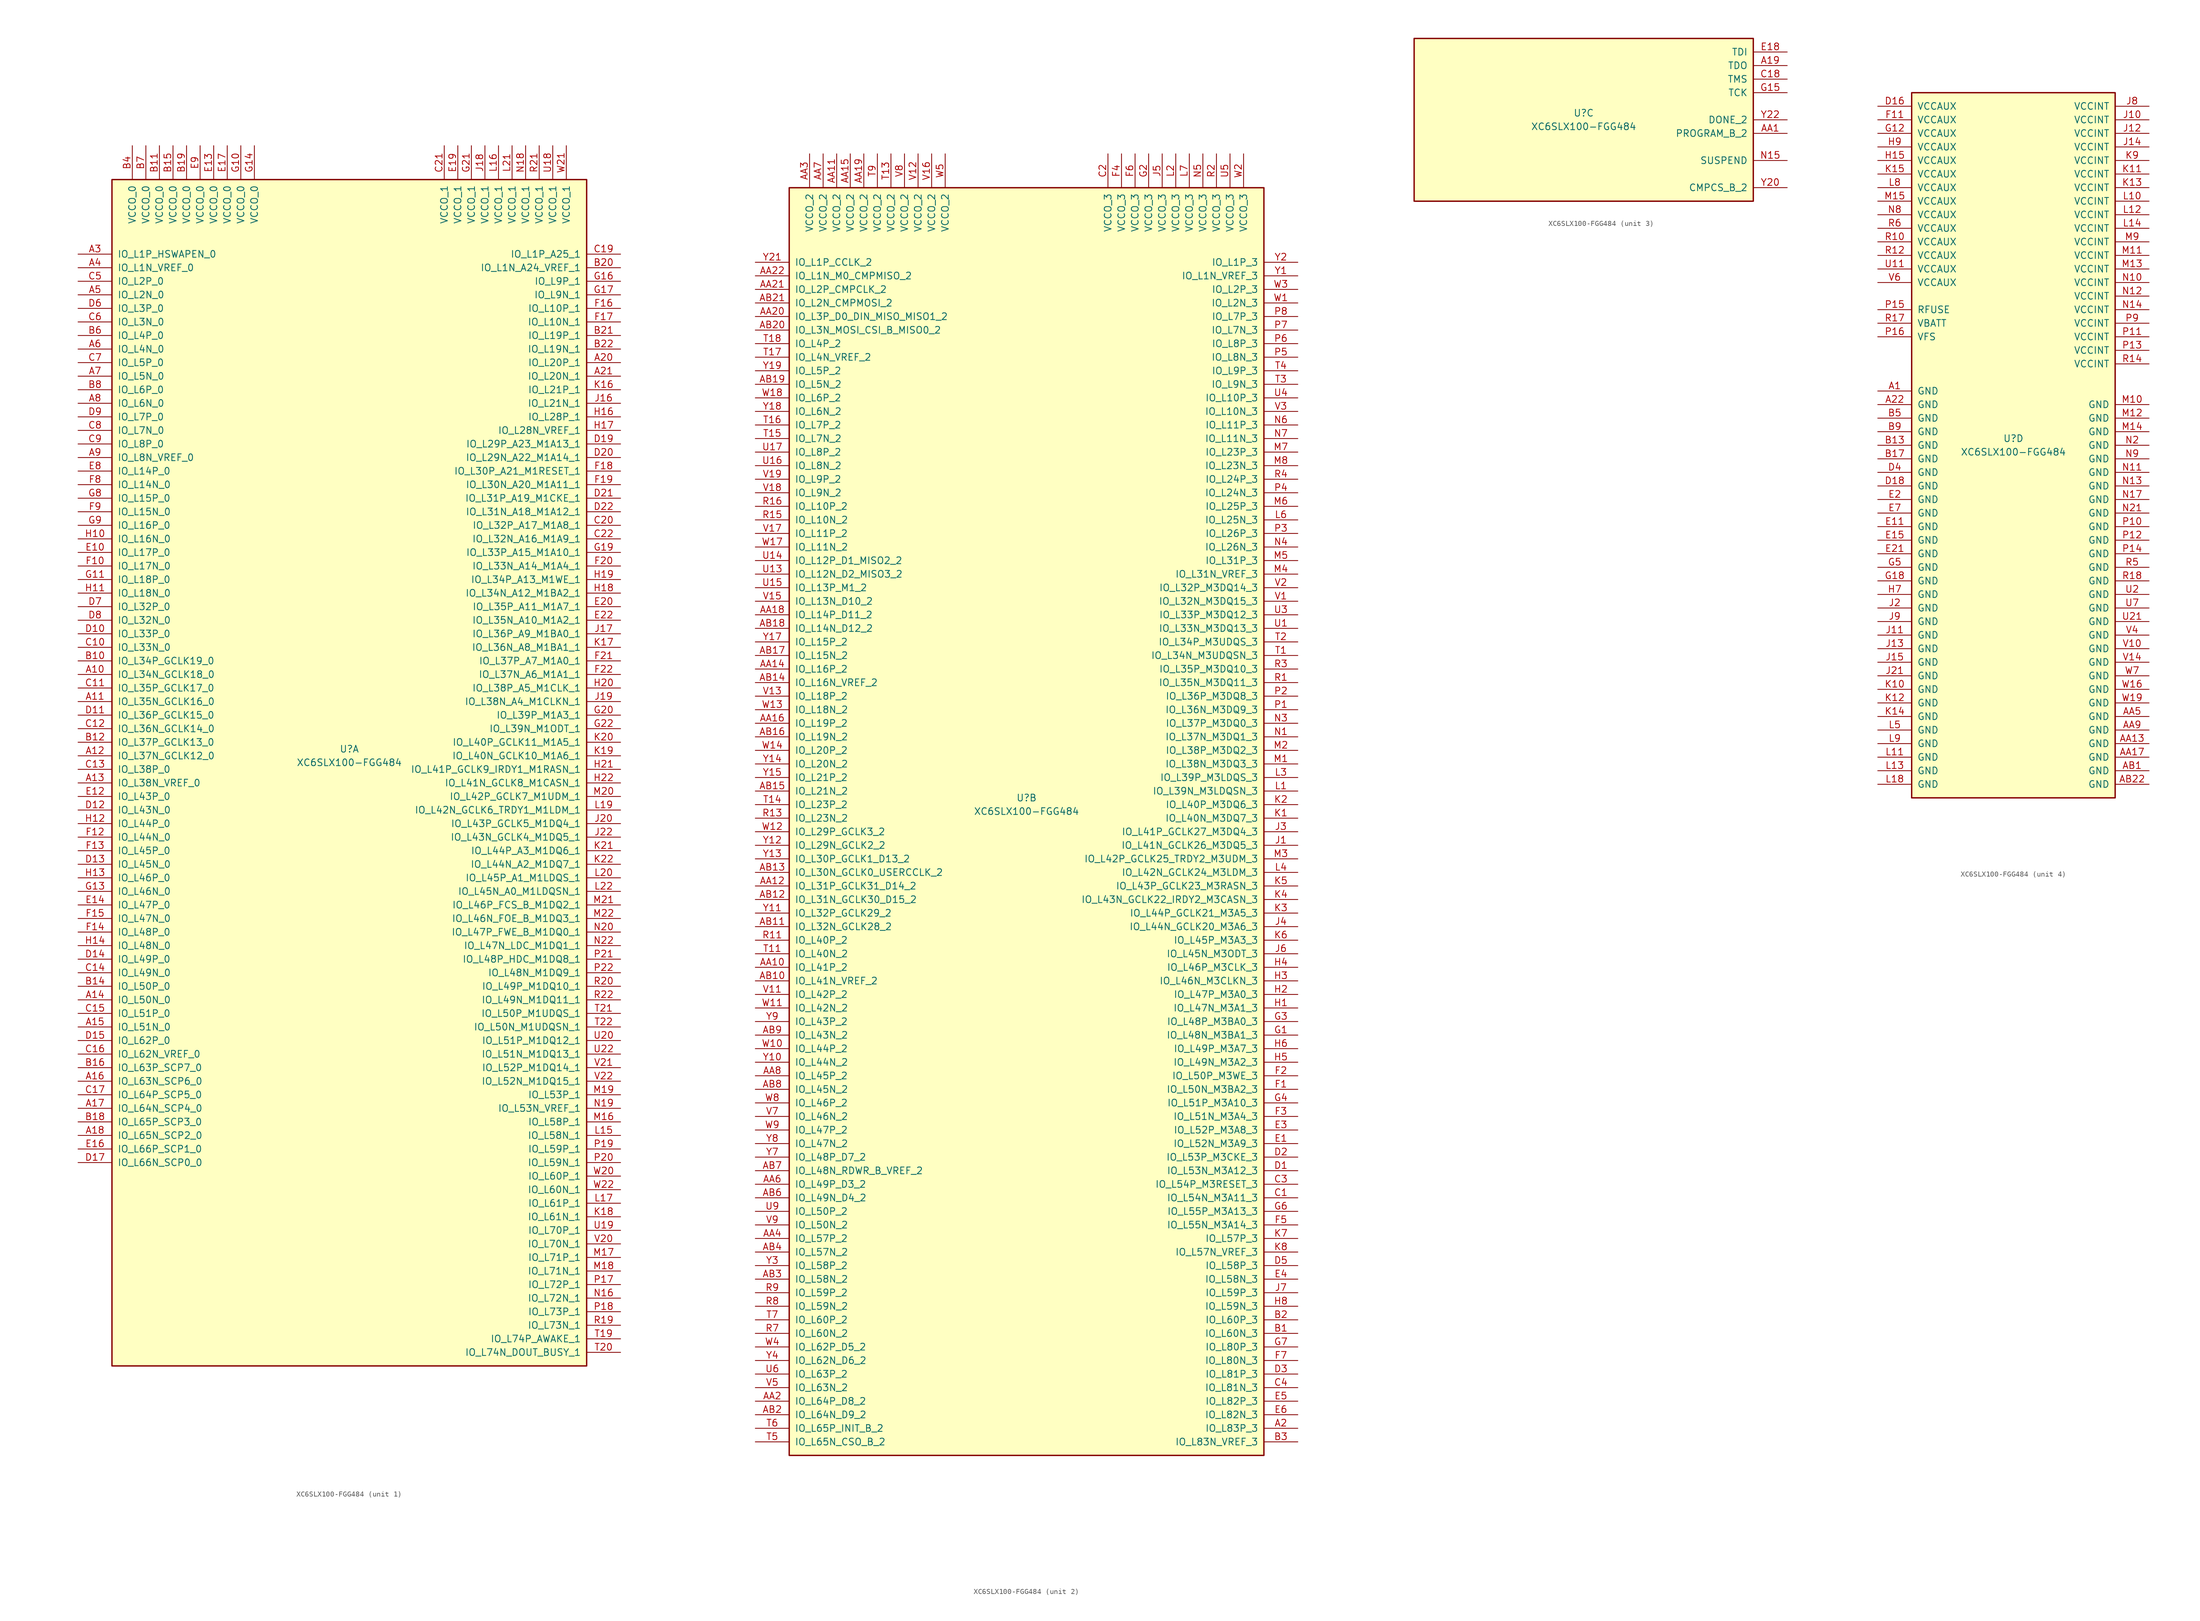
<source format=kicad_sym>
(kicad_symbol_lib
  (version 20201005)
  (generator kicad_symbol_editor)
  (symbol "XC6SLX100-FGG484"
    (pin_names
      (offset 1.016))
    (property "Reference" "U"
      (at 0 1.27 0)
      (effects (font (size 1.27 1.27))))
    (property "Value" "XC6SLX100-FGG484"
      (at 0 -1.27 0)
      (effects (font (size 1.27 1.27))))
    (property "Datasheet" ""
      (at 0 0 0)
      (effects (font (size 1.27 1.27))))
    (property "ki_locked" ""
      (at 0 0 0)
      (effects (font (size 1.27 1.27))))
    (symbol "XC6SLX100-FGG484_1_1"
      (rectangle (start -44.45 107.95) (end 44.45 -114.3) (stroke (width 0.254)) (fill (type background)))
      (pin bidirectional line (at -50.8 15.24 0) (length 6.35) (name "IO_L34N_GCLK18_0" (effects (font (size 1.27 1.27)))) (number "A10" (effects (font (size 1.27 1.27)))))
      (pin bidirectional line (at -50.8 10.16 0) (length 6.35) (name "IO_L35N_GCLK16_0" (effects (font (size 1.27 1.27)))) (number "A11" (effects (font (size 1.27 1.27)))))
      (pin bidirectional line (at -50.8 0 0) (length 6.35) (name "IO_L37N_GCLK12_0" (effects (font (size 1.27 1.27)))) (number "A12" (effects (font (size 1.27 1.27)))))
      (pin bidirectional line (at -50.8 -5.08 0) (length 6.35) (name "IO_L38N_VREF_0" (effects (font (size 1.27 1.27)))) (number "A13" (effects (font (size 1.27 1.27)))))
      (pin bidirectional line (at -50.8 -45.72 0) (length 6.35) (name "IO_L50N_0" (effects (font (size 1.27 1.27)))) (number "A14" (effects (font (size 1.27 1.27)))))
      (pin bidirectional line (at -50.8 -50.8 0) (length 6.35) (name "IO_L51N_0" (effects (font (size 1.27 1.27)))) (number "A15" (effects (font (size 1.27 1.27)))))
      (pin bidirectional line (at -50.8 -60.96 0) (length 6.35) (name "IO_L63N_SCP6_0" (effects (font (size 1.27 1.27)))) (number "A16" (effects (font (size 1.27 1.27)))))
      (pin bidirectional line (at -50.8 -66.04 0) (length 6.35) (name "IO_L64N_SCP4_0" (effects (font (size 1.27 1.27)))) (number "A17" (effects (font (size 1.27 1.27)))))
      (pin bidirectional line (at -50.8 -71.12 0) (length 6.35) (name "IO_L65N_SCP2_0" (effects (font (size 1.27 1.27)))) (number "A18" (effects (font (size 1.27 1.27)))))
      (pin bidirectional line (at 50.8 73.66 180) (length 6.35) (name "IO_L20P_1" (effects (font (size 1.27 1.27)))) (number "A20" (effects (font (size 1.27 1.27)))))
      (pin bidirectional line (at 50.8 71.12 180) (length 6.35) (name "IO_L20N_1" (effects (font (size 1.27 1.27)))) (number "A21" (effects (font (size 1.27 1.27)))))
      (pin bidirectional line (at -50.8 93.98 0) (length 6.35) (name "IO_L1P_HSWAPEN_0" (effects (font (size 1.27 1.27)))) (number "A3" (effects (font (size 1.27 1.27)))))
      (pin bidirectional line (at -50.8 91.44 0) (length 6.35) (name "IO_L1N_VREF_0" (effects (font (size 1.27 1.27)))) (number "A4" (effects (font (size 1.27 1.27)))))
      (pin bidirectional line (at -50.8 86.36 0) (length 6.35) (name "IO_L2N_0" (effects (font (size 1.27 1.27)))) (number "A5" (effects (font (size 1.27 1.27)))))
      (pin bidirectional line (at -50.8 76.2 0) (length 6.35) (name "IO_L4N_0" (effects (font (size 1.27 1.27)))) (number "A6" (effects (font (size 1.27 1.27)))))
      (pin bidirectional line (at -50.8 71.12 0) (length 6.35) (name "IO_L5N_0" (effects (font (size 1.27 1.27)))) (number "A7" (effects (font (size 1.27 1.27)))))
      (pin bidirectional line (at -50.8 66.04 0) (length 6.35) (name "IO_L6N_0" (effects (font (size 1.27 1.27)))) (number "A8" (effects (font (size 1.27 1.27)))))
      (pin bidirectional line (at -50.8 55.88 0) (length 6.35) (name "IO_L8N_VREF_0" (effects (font (size 1.27 1.27)))) (number "A9" (effects (font (size 1.27 1.27)))))
      (pin bidirectional line (at -50.8 17.78 0) (length 6.35) (name "IO_L34P_GCLK19_0" (effects (font (size 1.27 1.27)))) (number "B10" (effects (font (size 1.27 1.27)))))
      (pin power_in line (at -35.56 114.3 270) (length 6.35) (name "VCCO_0" (effects (font (size 1.27 1.27)))) (number "B11" (effects (font (size 1.27 1.27)))))
      (pin bidirectional line (at -50.8 2.54 0) (length 6.35) (name "IO_L37P_GCLK13_0" (effects (font (size 1.27 1.27)))) (number "B12" (effects (font (size 1.27 1.27)))))
      (pin bidirectional line (at -50.8 -43.18 0) (length 6.35) (name "IO_L50P_0" (effects (font (size 1.27 1.27)))) (number "B14" (effects (font (size 1.27 1.27)))))
      (pin power_in line (at -33.02 114.3 270) (length 6.35) (name "VCCO_0" (effects (font (size 1.27 1.27)))) (number "B15" (effects (font (size 1.27 1.27)))))
      (pin bidirectional line (at -50.8 -58.42 0) (length 6.35) (name "IO_L63P_SCP7_0" (effects (font (size 1.27 1.27)))) (number "B16" (effects (font (size 1.27 1.27)))))
      (pin bidirectional line (at -50.8 -68.58 0) (length 6.35) (name "IO_L65P_SCP3_0" (effects (font (size 1.27 1.27)))) (number "B18" (effects (font (size 1.27 1.27)))))
      (pin power_in line (at -30.48 114.3 270) (length 6.35) (name "VCCO_0" (effects (font (size 1.27 1.27)))) (number "B19" (effects (font (size 1.27 1.27)))))
      (pin bidirectional line (at 50.8 91.44 180) (length 6.35) (name "IO_L1N_A24_VREF_1" (effects (font (size 1.27 1.27)))) (number "B20" (effects (font (size 1.27 1.27)))))
      (pin bidirectional line (at 50.8 78.74 180) (length 6.35) (name "IO_L19P_1" (effects (font (size 1.27 1.27)))) (number "B21" (effects (font (size 1.27 1.27)))))
      (pin bidirectional line (at 50.8 76.2 180) (length 6.35) (name "IO_L19N_1" (effects (font (size 1.27 1.27)))) (number "B22" (effects (font (size 1.27 1.27)))))
      (pin power_in line (at -40.64 114.3 270) (length 6.35) (name "VCCO_0" (effects (font (size 1.27 1.27)))) (number "B4" (effects (font (size 1.27 1.27)))))
      (pin bidirectional line (at -50.8 78.74 0) (length 6.35) (name "IO_L4P_0" (effects (font (size 1.27 1.27)))) (number "B6" (effects (font (size 1.27 1.27)))))
      (pin power_in line (at -38.1 114.3 270) (length 6.35) (name "VCCO_0" (effects (font (size 1.27 1.27)))) (number "B7" (effects (font (size 1.27 1.27)))))
      (pin bidirectional line (at -50.8 68.58 0) (length 6.35) (name "IO_L6P_0" (effects (font (size 1.27 1.27)))) (number "B8" (effects (font (size 1.27 1.27)))))
      (pin bidirectional line (at -50.8 20.32 0) (length 6.35) (name "IO_L33N_0" (effects (font (size 1.27 1.27)))) (number "C10" (effects (font (size 1.27 1.27)))))
      (pin bidirectional line (at -50.8 12.7 0) (length 6.35) (name "IO_L35P_GCLK17_0" (effects (font (size 1.27 1.27)))) (number "C11" (effects (font (size 1.27 1.27)))))
      (pin bidirectional line (at -50.8 5.08 0) (length 6.35) (name "IO_L36N_GCLK14_0" (effects (font (size 1.27 1.27)))) (number "C12" (effects (font (size 1.27 1.27)))))
      (pin bidirectional line (at -50.8 -2.54 0) (length 6.35) (name "IO_L38P_0" (effects (font (size 1.27 1.27)))) (number "C13" (effects (font (size 1.27 1.27)))))
      (pin bidirectional line (at -50.8 -40.64 0) (length 6.35) (name "IO_L49N_0" (effects (font (size 1.27 1.27)))) (number "C14" (effects (font (size 1.27 1.27)))))
      (pin bidirectional line (at -50.8 -48.26 0) (length 6.35) (name "IO_L51P_0" (effects (font (size 1.27 1.27)))) (number "C15" (effects (font (size 1.27 1.27)))))
      (pin bidirectional line (at -50.8 -55.88 0) (length 6.35) (name "IO_L62N_VREF_0" (effects (font (size 1.27 1.27)))) (number "C16" (effects (font (size 1.27 1.27)))))
      (pin bidirectional line (at -50.8 -63.5 0) (length 6.35) (name "IO_L64P_SCP5_0" (effects (font (size 1.27 1.27)))) (number "C17" (effects (font (size 1.27 1.27)))))
      (pin bidirectional line (at 50.8 93.98 180) (length 6.35) (name "IO_L1P_A25_1" (effects (font (size 1.27 1.27)))) (number "C19" (effects (font (size 1.27 1.27)))))
      (pin bidirectional line (at 50.8 43.18 180) (length 6.35) (name "IO_L32P_A17_M1A8_1" (effects (font (size 1.27 1.27)))) (number "C20" (effects (font (size 1.27 1.27)))))
      (pin power_in line (at 17.78 114.3 270) (length 6.35) (name "VCCO_1" (effects (font (size 1.27 1.27)))) (number "C21" (effects (font (size 1.27 1.27)))))
      (pin bidirectional line (at 50.8 40.64 180) (length 6.35) (name "IO_L32N_A16_M1A9_1" (effects (font (size 1.27 1.27)))) (number "C22" (effects (font (size 1.27 1.27)))))
      (pin bidirectional line (at -50.8 88.9 0) (length 6.35) (name "IO_L2P_0" (effects (font (size 1.27 1.27)))) (number "C5" (effects (font (size 1.27 1.27)))))
      (pin bidirectional line (at -50.8 81.28 0) (length 6.35) (name "IO_L3N_0" (effects (font (size 1.27 1.27)))) (number "C6" (effects (font (size 1.27 1.27)))))
      (pin bidirectional line (at -50.8 73.66 0) (length 6.35) (name "IO_L5P_0" (effects (font (size 1.27 1.27)))) (number "C7" (effects (font (size 1.27 1.27)))))
      (pin bidirectional line (at -50.8 60.96 0) (length 6.35) (name "IO_L7N_0" (effects (font (size 1.27 1.27)))) (number "C8" (effects (font (size 1.27 1.27)))))
      (pin bidirectional line (at -50.8 58.42 0) (length 6.35) (name "IO_L8P_0" (effects (font (size 1.27 1.27)))) (number "C9" (effects (font (size 1.27 1.27)))))
      (pin bidirectional line (at -50.8 22.86 0) (length 6.35) (name "IO_L33P_0" (effects (font (size 1.27 1.27)))) (number "D10" (effects (font (size 1.27 1.27)))))
      (pin bidirectional line (at -50.8 7.62 0) (length 6.35) (name "IO_L36P_GCLK15_0" (effects (font (size 1.27 1.27)))) (number "D11" (effects (font (size 1.27 1.27)))))
      (pin bidirectional line (at -50.8 -10.16 0) (length 6.35) (name "IO_L43N_0" (effects (font (size 1.27 1.27)))) (number "D12" (effects (font (size 1.27 1.27)))))
      (pin bidirectional line (at -50.8 -20.32 0) (length 6.35) (name "IO_L45N_0" (effects (font (size 1.27 1.27)))) (number "D13" (effects (font (size 1.27 1.27)))))
      (pin bidirectional line (at -50.8 -38.1 0) (length 6.35) (name "IO_L49P_0" (effects (font (size 1.27 1.27)))) (number "D14" (effects (font (size 1.27 1.27)))))
      (pin bidirectional line (at -50.8 -53.34 0) (length 6.35) (name "IO_L62P_0" (effects (font (size 1.27 1.27)))) (number "D15" (effects (font (size 1.27 1.27)))))
      (pin bidirectional line (at -50.8 -76.2 0) (length 6.35) (name "IO_L66N_SCP0_0" (effects (font (size 1.27 1.27)))) (number "D17" (effects (font (size 1.27 1.27)))))
      (pin bidirectional line (at 50.8 58.42 180) (length 6.35) (name "IO_L29P_A23_M1A13_1" (effects (font (size 1.27 1.27)))) (number "D19" (effects (font (size 1.27 1.27)))))
      (pin bidirectional line (at 50.8 55.88 180) (length 6.35) (name "IO_L29N_A22_M1A14_1" (effects (font (size 1.27 1.27)))) (number "D20" (effects (font (size 1.27 1.27)))))
      (pin bidirectional line (at 50.8 48.26 180) (length 6.35) (name "IO_L31P_A19_M1CKE_1" (effects (font (size 1.27 1.27)))) (number "D21" (effects (font (size 1.27 1.27)))))
      (pin bidirectional line (at 50.8 45.72 180) (length 6.35) (name "IO_L31N_A18_M1A12_1" (effects (font (size 1.27 1.27)))) (number "D22" (effects (font (size 1.27 1.27)))))
      (pin bidirectional line (at -50.8 83.82 0) (length 6.35) (name "IO_L3P_0" (effects (font (size 1.27 1.27)))) (number "D6" (effects (font (size 1.27 1.27)))))
      (pin bidirectional line (at -50.8 27.94 0) (length 6.35) (name "IO_L32P_0" (effects (font (size 1.27 1.27)))) (number "D7" (effects (font (size 1.27 1.27)))))
      (pin bidirectional line (at -50.8 25.4 0) (length 6.35) (name "IO_L32N_0" (effects (font (size 1.27 1.27)))) (number "D8" (effects (font (size 1.27 1.27)))))
      (pin bidirectional line (at -50.8 63.5 0) (length 6.35) (name "IO_L7P_0" (effects (font (size 1.27 1.27)))) (number "D9" (effects (font (size 1.27 1.27)))))
      (pin bidirectional line (at -50.8 38.1 0) (length 6.35) (name "IO_L17P_0" (effects (font (size 1.27 1.27)))) (number "E10" (effects (font (size 1.27 1.27)))))
      (pin bidirectional line (at -50.8 -7.62 0) (length 6.35) (name "IO_L43P_0" (effects (font (size 1.27 1.27)))) (number "E12" (effects (font (size 1.27 1.27)))))
      (pin power_in line (at -25.4 114.3 270) (length 6.35) (name "VCCO_0" (effects (font (size 1.27 1.27)))) (number "E13" (effects (font (size 1.27 1.27)))))
      (pin bidirectional line (at -50.8 -27.94 0) (length 6.35) (name "IO_L47P_0" (effects (font (size 1.27 1.27)))) (number "E14" (effects (font (size 1.27 1.27)))))
      (pin bidirectional line (at -50.8 -73.66 0) (length 6.35) (name "IO_L66P_SCP1_0" (effects (font (size 1.27 1.27)))) (number "E16" (effects (font (size 1.27 1.27)))))
      (pin power_in line (at -22.86 114.3 270) (length 6.35) (name "VCCO_0" (effects (font (size 1.27 1.27)))) (number "E17" (effects (font (size 1.27 1.27)))))
      (pin power_in line (at 20.32 114.3 270) (length 6.35) (name "VCCO_1" (effects (font (size 1.27 1.27)))) (number "E19" (effects (font (size 1.27 1.27)))))
      (pin bidirectional line (at 50.8 27.94 180) (length 6.35) (name "IO_L35P_A11_M1A7_1" (effects (font (size 1.27 1.27)))) (number "E20" (effects (font (size 1.27 1.27)))))
      (pin bidirectional line (at 50.8 25.4 180) (length 6.35) (name "IO_L35N_A10_M1A2_1" (effects (font (size 1.27 1.27)))) (number "E22" (effects (font (size 1.27 1.27)))))
      (pin bidirectional line (at -50.8 53.34 0) (length 6.35) (name "IO_L14P_0" (effects (font (size 1.27 1.27)))) (number "E8" (effects (font (size 1.27 1.27)))))
      (pin power_in line (at -27.94 114.3 270) (length 6.35) (name "VCCO_0" (effects (font (size 1.27 1.27)))) (number "E9" (effects (font (size 1.27 1.27)))))
      (pin bidirectional line (at -50.8 35.56 0) (length 6.35) (name "IO_L17N_0" (effects (font (size 1.27 1.27)))) (number "F10" (effects (font (size 1.27 1.27)))))
      (pin bidirectional line (at -50.8 -15.24 0) (length 6.35) (name "IO_L44N_0" (effects (font (size 1.27 1.27)))) (number "F12" (effects (font (size 1.27 1.27)))))
      (pin bidirectional line (at -50.8 -17.78 0) (length 6.35) (name "IO_L45P_0" (effects (font (size 1.27 1.27)))) (number "F13" (effects (font (size 1.27 1.27)))))
      (pin bidirectional line (at -50.8 -33.02 0) (length 6.35) (name "IO_L48P_0" (effects (font (size 1.27 1.27)))) (number "F14" (effects (font (size 1.27 1.27)))))
      (pin bidirectional line (at -50.8 -30.48 0) (length 6.35) (name "IO_L47N_0" (effects (font (size 1.27 1.27)))) (number "F15" (effects (font (size 1.27 1.27)))))
      (pin bidirectional line (at 50.8 83.82 180) (length 6.35) (name "IO_L10P_1" (effects (font (size 1.27 1.27)))) (number "F16" (effects (font (size 1.27 1.27)))))
      (pin bidirectional line (at 50.8 81.28 180) (length 6.35) (name "IO_L10N_1" (effects (font (size 1.27 1.27)))) (number "F17" (effects (font (size 1.27 1.27)))))
      (pin bidirectional line (at 50.8 53.34 180) (length 6.35) (name "IO_L30P_A21_M1RESET_1" (effects (font (size 1.27 1.27)))) (number "F18" (effects (font (size 1.27 1.27)))))
      (pin bidirectional line (at 50.8 50.8 180) (length 6.35) (name "IO_L30N_A20_M1A11_1" (effects (font (size 1.27 1.27)))) (number "F19" (effects (font (size 1.27 1.27)))))
      (pin bidirectional line (at 50.8 35.56 180) (length 6.35) (name "IO_L33N_A14_M1A4_1" (effects (font (size 1.27 1.27)))) (number "F20" (effects (font (size 1.27 1.27)))))
      (pin bidirectional line (at 50.8 17.78 180) (length 6.35) (name "IO_L37P_A7_M1A0_1" (effects (font (size 1.27 1.27)))) (number "F21" (effects (font (size 1.27 1.27)))))
      (pin bidirectional line (at 50.8 15.24 180) (length 6.35) (name "IO_L37N_A6_M1A1_1" (effects (font (size 1.27 1.27)))) (number "F22" (effects (font (size 1.27 1.27)))))
      (pin bidirectional line (at -50.8 50.8 0) (length 6.35) (name "IO_L14N_0" (effects (font (size 1.27 1.27)))) (number "F8" (effects (font (size 1.27 1.27)))))
      (pin bidirectional line (at -50.8 45.72 0) (length 6.35) (name "IO_L15N_0" (effects (font (size 1.27 1.27)))) (number "F9" (effects (font (size 1.27 1.27)))))
      (pin power_in line (at -20.32 114.3 270) (length 6.35) (name "VCCO_0" (effects (font (size 1.27 1.27)))) (number "G10" (effects (font (size 1.27 1.27)))))
      (pin bidirectional line (at -50.8 33.02 0) (length 6.35) (name "IO_L18P_0" (effects (font (size 1.27 1.27)))) (number "G11" (effects (font (size 1.27 1.27)))))
      (pin bidirectional line (at -50.8 -25.4 0) (length 6.35) (name "IO_L46N_0" (effects (font (size 1.27 1.27)))) (number "G13" (effects (font (size 1.27 1.27)))))
      (pin power_in line (at -17.78 114.3 270) (length 6.35) (name "VCCO_0" (effects (font (size 1.27 1.27)))) (number "G14" (effects (font (size 1.27 1.27)))))
      (pin bidirectional line (at 50.8 88.9 180) (length 6.35) (name "IO_L9P_1" (effects (font (size 1.27 1.27)))) (number "G16" (effects (font (size 1.27 1.27)))))
      (pin bidirectional line (at 50.8 86.36 180) (length 6.35) (name "IO_L9N_1" (effects (font (size 1.27 1.27)))) (number "G17" (effects (font (size 1.27 1.27)))))
      (pin bidirectional line (at 50.8 38.1 180) (length 6.35) (name "IO_L33P_A15_M1A10_1" (effects (font (size 1.27 1.27)))) (number "G19" (effects (font (size 1.27 1.27)))))
      (pin bidirectional line (at 50.8 7.62 180) (length 6.35) (name "IO_L39P_M1A3_1" (effects (font (size 1.27 1.27)))) (number "G20" (effects (font (size 1.27 1.27)))))
      (pin power_in line (at 22.86 114.3 270) (length 6.35) (name "VCCO_1" (effects (font (size 1.27 1.27)))) (number "G21" (effects (font (size 1.27 1.27)))))
      (pin bidirectional line (at 50.8 5.08 180) (length 6.35) (name "IO_L39N_M1ODT_1" (effects (font (size 1.27 1.27)))) (number "G22" (effects (font (size 1.27 1.27)))))
      (pin bidirectional line (at -50.8 48.26 0) (length 6.35) (name "IO_L15P_0" (effects (font (size 1.27 1.27)))) (number "G8" (effects (font (size 1.27 1.27)))))
      (pin bidirectional line (at -50.8 43.18 0) (length 6.35) (name "IO_L16P_0" (effects (font (size 1.27 1.27)))) (number "G9" (effects (font (size 1.27 1.27)))))
      (pin bidirectional line (at -50.8 40.64 0) (length 6.35) (name "IO_L16N_0" (effects (font (size 1.27 1.27)))) (number "H10" (effects (font (size 1.27 1.27)))))
      (pin bidirectional line (at -50.8 30.48 0) (length 6.35) (name "IO_L18N_0" (effects (font (size 1.27 1.27)))) (number "H11" (effects (font (size 1.27 1.27)))))
      (pin bidirectional line (at -50.8 -12.7 0) (length 6.35) (name "IO_L44P_0" (effects (font (size 1.27 1.27)))) (number "H12" (effects (font (size 1.27 1.27)))))
      (pin bidirectional line (at -50.8 -22.86 0) (length 6.35) (name "IO_L46P_0" (effects (font (size 1.27 1.27)))) (number "H13" (effects (font (size 1.27 1.27)))))
      (pin bidirectional line (at -50.8 -35.56 0) (length 6.35) (name "IO_L48N_0" (effects (font (size 1.27 1.27)))) (number "H14" (effects (font (size 1.27 1.27)))))
      (pin bidirectional line (at 50.8 63.5 180) (length 6.35) (name "IO_L28P_1" (effects (font (size 1.27 1.27)))) (number "H16" (effects (font (size 1.27 1.27)))))
      (pin bidirectional line (at 50.8 60.96 180) (length 6.35) (name "IO_L28N_VREF_1" (effects (font (size 1.27 1.27)))) (number "H17" (effects (font (size 1.27 1.27)))))
      (pin bidirectional line (at 50.8 30.48 180) (length 6.35) (name "IO_L34N_A12_M1BA2_1" (effects (font (size 1.27 1.27)))) (number "H18" (effects (font (size 1.27 1.27)))))
      (pin bidirectional line (at 50.8 33.02 180) (length 6.35) (name "IO_L34P_A13_M1WE_1" (effects (font (size 1.27 1.27)))) (number "H19" (effects (font (size 1.27 1.27)))))
      (pin bidirectional line (at 50.8 12.7 180) (length 6.35) (name "IO_L38P_A5_M1CLK_1" (effects (font (size 1.27 1.27)))) (number "H20" (effects (font (size 1.27 1.27)))))
      (pin bidirectional line (at 50.8 -2.54 180) (length 6.35) (name "IO_L41P_GCLK9_IRDY1_M1RASN_1" (effects (font (size 1.27 1.27)))) (number "H21" (effects (font (size 1.27 1.27)))))
      (pin bidirectional line (at 50.8 -5.08 180) (length 6.35) (name "IO_L41N_GCLK8_M1CASN_1" (effects (font (size 1.27 1.27)))) (number "H22" (effects (font (size 1.27 1.27)))))
      (pin bidirectional line (at 50.8 66.04 180) (length 6.35) (name "IO_L21N_1" (effects (font (size 1.27 1.27)))) (number "J16" (effects (font (size 1.27 1.27)))))
      (pin bidirectional line (at 50.8 22.86 180) (length 6.35) (name "IO_L36P_A9_M1BA0_1" (effects (font (size 1.27 1.27)))) (number "J17" (effects (font (size 1.27 1.27)))))
      (pin power_in line (at 25.4 114.3 270) (length 6.35) (name "VCCO_1" (effects (font (size 1.27 1.27)))) (number "J18" (effects (font (size 1.27 1.27)))))
      (pin bidirectional line (at 50.8 10.16 180) (length 6.35) (name "IO_L38N_A4_M1CLKN_1" (effects (font (size 1.27 1.27)))) (number "J19" (effects (font (size 1.27 1.27)))))
      (pin bidirectional line (at 50.8 -12.7 180) (length 6.35) (name "IO_L43P_GCLK5_M1DQ4_1" (effects (font (size 1.27 1.27)))) (number "J20" (effects (font (size 1.27 1.27)))))
      (pin bidirectional line (at 50.8 -15.24 180) (length 6.35) (name "IO_L43N_GCLK4_M1DQ5_1" (effects (font (size 1.27 1.27)))) (number "J22" (effects (font (size 1.27 1.27)))))
      (pin bidirectional line (at 50.8 68.58 180) (length 6.35) (name "IO_L21P_1" (effects (font (size 1.27 1.27)))) (number "K16" (effects (font (size 1.27 1.27)))))
      (pin bidirectional line (at 50.8 20.32 180) (length 6.35) (name "IO_L36N_A8_M1BA1_1" (effects (font (size 1.27 1.27)))) (number "K17" (effects (font (size 1.27 1.27)))))
      (pin bidirectional line (at 50.8 -86.36 180) (length 6.35) (name "IO_L61N_1" (effects (font (size 1.27 1.27)))) (number "K18" (effects (font (size 1.27 1.27)))))
      (pin bidirectional line (at 50.8 0 180) (length 6.35) (name "IO_L40N_GCLK10_M1A6_1" (effects (font (size 1.27 1.27)))) (number "K19" (effects (font (size 1.27 1.27)))))
      (pin bidirectional line (at 50.8 2.54 180) (length 6.35) (name "IO_L40P_GCLK11_M1A5_1" (effects (font (size 1.27 1.27)))) (number "K20" (effects (font (size 1.27 1.27)))))
      (pin bidirectional line (at 50.8 -17.78 180) (length 6.35) (name "IO_L44P_A3_M1DQ6_1" (effects (font (size 1.27 1.27)))) (number "K21" (effects (font (size 1.27 1.27)))))
      (pin bidirectional line (at 50.8 -20.32 180) (length 6.35) (name "IO_L44N_A2_M1DQ7_1" (effects (font (size 1.27 1.27)))) (number "K22" (effects (font (size 1.27 1.27)))))
      (pin bidirectional line (at 50.8 -71.12 180) (length 6.35) (name "IO_L58N_1" (effects (font (size 1.27 1.27)))) (number "L15" (effects (font (size 1.27 1.27)))))
      (pin power_in line (at 27.94 114.3 270) (length 6.35) (name "VCCO_1" (effects (font (size 1.27 1.27)))) (number "L16" (effects (font (size 1.27 1.27)))))
      (pin bidirectional line (at 50.8 -83.82 180) (length 6.35) (name "IO_L61P_1" (effects (font (size 1.27 1.27)))) (number "L17" (effects (font (size 1.27 1.27)))))
      (pin bidirectional line (at 50.8 -10.16 180) (length 6.35) (name "IO_L42N_GCLK6_TRDY1_M1LDM_1" (effects (font (size 1.27 1.27)))) (number "L19" (effects (font (size 1.27 1.27)))))
      (pin bidirectional line (at 50.8 -22.86 180) (length 6.35) (name "IO_L45P_A1_M1LDQS_1" (effects (font (size 1.27 1.27)))) (number "L20" (effects (font (size 1.27 1.27)))))
      (pin power_in line (at 30.48 114.3 270) (length 6.35) (name "VCCO_1" (effects (font (size 1.27 1.27)))) (number "L21" (effects (font (size 1.27 1.27)))))
      (pin bidirectional line (at 50.8 -25.4 180) (length 6.35) (name "IO_L45N_A0_M1LDQSN_1" (effects (font (size 1.27 1.27)))) (number "L22" (effects (font (size 1.27 1.27)))))
      (pin bidirectional line (at 50.8 -68.58 180) (length 6.35) (name "IO_L58P_1" (effects (font (size 1.27 1.27)))) (number "M16" (effects (font (size 1.27 1.27)))))
      (pin bidirectional line (at 50.8 -93.98 180) (length 6.35) (name "IO_L71P_1" (effects (font (size 1.27 1.27)))) (number "M17" (effects (font (size 1.27 1.27)))))
      (pin bidirectional line (at 50.8 -96.52 180) (length 6.35) (name "IO_L71N_1" (effects (font (size 1.27 1.27)))) (number "M18" (effects (font (size 1.27 1.27)))))
      (pin bidirectional line (at 50.8 -63.5 180) (length 6.35) (name "IO_L53P_1" (effects (font (size 1.27 1.27)))) (number "M19" (effects (font (size 1.27 1.27)))))
      (pin bidirectional line (at 50.8 -7.62 180) (length 6.35) (name "IO_L42P_GCLK7_M1UDM_1" (effects (font (size 1.27 1.27)))) (number "M20" (effects (font (size 1.27 1.27)))))
      (pin bidirectional line (at 50.8 -27.94 180) (length 6.35) (name "IO_L46P_FCS_B_M1DQ2_1" (effects (font (size 1.27 1.27)))) (number "M21" (effects (font (size 1.27 1.27)))))
      (pin bidirectional line (at 50.8 -30.48 180) (length 6.35) (name "IO_L46N_FOE_B_M1DQ3_1" (effects (font (size 1.27 1.27)))) (number "M22" (effects (font (size 1.27 1.27)))))
      (pin bidirectional line (at 50.8 -101.6 180) (length 6.35) (name "IO_L72N_1" (effects (font (size 1.27 1.27)))) (number "N16" (effects (font (size 1.27 1.27)))))
      (pin power_in line (at 33.02 114.3 270) (length 6.35) (name "VCCO_1" (effects (font (size 1.27 1.27)))) (number "N18" (effects (font (size 1.27 1.27)))))
      (pin bidirectional line (at 50.8 -66.04 180) (length 6.35) (name "IO_L53N_VREF_1" (effects (font (size 1.27 1.27)))) (number "N19" (effects (font (size 1.27 1.27)))))
      (pin bidirectional line (at 50.8 -33.02 180) (length 6.35) (name "IO_L47P_FWE_B_M1DQ0_1" (effects (font (size 1.27 1.27)))) (number "N20" (effects (font (size 1.27 1.27)))))
      (pin bidirectional line (at 50.8 -35.56 180) (length 6.35) (name "IO_L47N_LDC_M1DQ1_1" (effects (font (size 1.27 1.27)))) (number "N22" (effects (font (size 1.27 1.27)))))
      (pin bidirectional line (at 50.8 -99.06 180) (length 6.35) (name "IO_L72P_1" (effects (font (size 1.27 1.27)))) (number "P17" (effects (font (size 1.27 1.27)))))
      (pin bidirectional line (at 50.8 -104.14 180) (length 6.35) (name "IO_L73P_1" (effects (font (size 1.27 1.27)))) (number "P18" (effects (font (size 1.27 1.27)))))
      (pin bidirectional line (at 50.8 -73.66 180) (length 6.35) (name "IO_L59P_1" (effects (font (size 1.27 1.27)))) (number "P19" (effects (font (size 1.27 1.27)))))
      (pin bidirectional line (at 50.8 -76.2 180) (length 6.35) (name "IO_L59N_1" (effects (font (size 1.27 1.27)))) (number "P20" (effects (font (size 1.27 1.27)))))
      (pin bidirectional line (at 50.8 -38.1 180) (length 6.35) (name "IO_L48P_HDC_M1DQ8_1" (effects (font (size 1.27 1.27)))) (number "P21" (effects (font (size 1.27 1.27)))))
      (pin bidirectional line (at 50.8 -40.64 180) (length 6.35) (name "IO_L48N_M1DQ9_1" (effects (font (size 1.27 1.27)))) (number "P22" (effects (font (size 1.27 1.27)))))
      (pin bidirectional line (at 50.8 -106.68 180) (length 6.35) (name "IO_L73N_1" (effects (font (size 1.27 1.27)))) (number "R19" (effects (font (size 1.27 1.27)))))
      (pin bidirectional line (at 50.8 -43.18 180) (length 6.35) (name "IO_L49P_M1DQ10_1" (effects (font (size 1.27 1.27)))) (number "R20" (effects (font (size 1.27 1.27)))))
      (pin power_in line (at 35.56 114.3 270) (length 6.35) (name "VCCO_1" (effects (font (size 1.27 1.27)))) (number "R21" (effects (font (size 1.27 1.27)))))
      (pin bidirectional line (at 50.8 -45.72 180) (length 6.35) (name "IO_L49N_M1DQ11_1" (effects (font (size 1.27 1.27)))) (number "R22" (effects (font (size 1.27 1.27)))))
      (pin bidirectional line (at 50.8 -109.22 180) (length 6.35) (name "IO_L74P_AWAKE_1" (effects (font (size 1.27 1.27)))) (number "T19" (effects (font (size 1.27 1.27)))))
      (pin bidirectional line (at 50.8 -111.76 180) (length 6.35) (name "IO_L74N_DOUT_BUSY_1" (effects (font (size 1.27 1.27)))) (number "T20" (effects (font (size 1.27 1.27)))))
      (pin bidirectional line (at 50.8 -48.26 180) (length 6.35) (name "IO_L50P_M1UDQS_1" (effects (font (size 1.27 1.27)))) (number "T21" (effects (font (size 1.27 1.27)))))
      (pin bidirectional line (at 50.8 -50.8 180) (length 6.35) (name "IO_L50N_M1UDQSN_1" (effects (font (size 1.27 1.27)))) (number "T22" (effects (font (size 1.27 1.27)))))
      (pin power_in line (at 38.1 114.3 270) (length 6.35) (name "VCCO_1" (effects (font (size 1.27 1.27)))) (number "U18" (effects (font (size 1.27 1.27)))))
      (pin bidirectional line (at 50.8 -88.9 180) (length 6.35) (name "IO_L70P_1" (effects (font (size 1.27 1.27)))) (number "U19" (effects (font (size 1.27 1.27)))))
      (pin bidirectional line (at 50.8 -53.34 180) (length 6.35) (name "IO_L51P_M1DQ12_1" (effects (font (size 1.27 1.27)))) (number "U20" (effects (font (size 1.27 1.27)))))
      (pin bidirectional line (at 50.8 -55.88 180) (length 6.35) (name "IO_L51N_M1DQ13_1" (effects (font (size 1.27 1.27)))) (number "U22" (effects (font (size 1.27 1.27)))))
      (pin bidirectional line (at 50.8 -91.44 180) (length 6.35) (name "IO_L70N_1" (effects (font (size 1.27 1.27)))) (number "V20" (effects (font (size 1.27 1.27)))))
      (pin bidirectional line (at 50.8 -58.42 180) (length 6.35) (name "IO_L52P_M1DQ14_1" (effects (font (size 1.27 1.27)))) (number "V21" (effects (font (size 1.27 1.27)))))
      (pin bidirectional line (at 50.8 -60.96 180) (length 6.35) (name "IO_L52N_M1DQ15_1" (effects (font (size 1.27 1.27)))) (number "V22" (effects (font (size 1.27 1.27)))))
      (pin bidirectional line (at 50.8 -78.74 180) (length 6.35) (name "IO_L60P_1" (effects (font (size 1.27 1.27)))) (number "W20" (effects (font (size 1.27 1.27)))))
      (pin power_in line (at 40.64 114.3 270) (length 6.35) (name "VCCO_1" (effects (font (size 1.27 1.27)))) (number "W21" (effects (font (size 1.27 1.27)))))
      (pin bidirectional line (at 50.8 -81.28 180) (length 6.35) (name "IO_L60N_1" (effects (font (size 1.27 1.27)))) (number "W22" (effects (font (size 1.27 1.27))))))
    (symbol "XC6SLX100-FGG484_2_1"
      (rectangle (start -44.45 115.57) (end 44.45 -121.92) (stroke (width 0.254)) (fill (type background)))
      (pin bidirectional line (at 50.8 -116.84 180) (length 6.35) (name "IO_L83P_3" (effects (font (size 1.27 1.27)))) (number "A2" (effects (font (size 1.27 1.27)))))
      (pin bidirectional line (at -50.8 -30.48 0) (length 6.35) (name "IO_L41P_2" (effects (font (size 1.27 1.27)))) (number "AA10" (effects (font (size 1.27 1.27)))))
      (pin power_in line (at -35.56 121.92 270) (length 6.35) (name "VCCO_2" (effects (font (size 1.27 1.27)))) (number "AA11" (effects (font (size 1.27 1.27)))))
      (pin bidirectional line (at -50.8 -15.24 0) (length 6.35) (name "IO_L31P_GCLK31_D14_2" (effects (font (size 1.27 1.27)))) (number "AA12" (effects (font (size 1.27 1.27)))))
      (pin bidirectional line (at -50.8 25.4 0) (length 6.35) (name "IO_L16P_2" (effects (font (size 1.27 1.27)))) (number "AA14" (effects (font (size 1.27 1.27)))))
      (pin power_in line (at -33.02 121.92 270) (length 6.35) (name "VCCO_2" (effects (font (size 1.27 1.27)))) (number "AA15" (effects (font (size 1.27 1.27)))))
      (pin bidirectional line (at -50.8 15.24 0) (length 6.35) (name "IO_L19P_2" (effects (font (size 1.27 1.27)))) (number "AA16" (effects (font (size 1.27 1.27)))))
      (pin bidirectional line (at -50.8 35.56 0) (length 6.35) (name "IO_L14P_D11_2" (effects (font (size 1.27 1.27)))) (number "AA18" (effects (font (size 1.27 1.27)))))
      (pin power_in line (at -30.48 121.92 270) (length 6.35) (name "VCCO_2" (effects (font (size 1.27 1.27)))) (number "AA19" (effects (font (size 1.27 1.27)))))
      (pin bidirectional line (at -50.8 -111.76 0) (length 6.35) (name "IO_L64P_D8_2" (effects (font (size 1.27 1.27)))) (number "AA2" (effects (font (size 1.27 1.27)))))
      (pin bidirectional line (at -50.8 91.44 0) (length 6.35) (name "IO_L3P_D0_DIN_MISO_MISO1_2" (effects (font (size 1.27 1.27)))) (number "AA20" (effects (font (size 1.27 1.27)))))
      (pin bidirectional line (at -50.8 96.52 0) (length 6.35) (name "IO_L2P_CMPCLK_2" (effects (font (size 1.27 1.27)))) (number "AA21" (effects (font (size 1.27 1.27)))))
      (pin bidirectional line (at -50.8 99.06 0) (length 6.35) (name "IO_L1N_M0_CMPMISO_2" (effects (font (size 1.27 1.27)))) (number "AA22" (effects (font (size 1.27 1.27)))))
      (pin power_in line (at -40.64 121.92 270) (length 6.35) (name "VCCO_2" (effects (font (size 1.27 1.27)))) (number "AA3" (effects (font (size 1.27 1.27)))))
      (pin bidirectional line (at -50.8 -81.28 0) (length 6.35) (name "IO_L57P_2" (effects (font (size 1.27 1.27)))) (number "AA4" (effects (font (size 1.27 1.27)))))
      (pin bidirectional line (at -50.8 -71.12 0) (length 6.35) (name "IO_L49P_D3_2" (effects (font (size 1.27 1.27)))) (number "AA6" (effects (font (size 1.27 1.27)))))
      (pin power_in line (at -38.1 121.92 270) (length 6.35) (name "VCCO_2" (effects (font (size 1.27 1.27)))) (number "AA7" (effects (font (size 1.27 1.27)))))
      (pin bidirectional line (at -50.8 -50.8 0) (length 6.35) (name "IO_L45P_2" (effects (font (size 1.27 1.27)))) (number "AA8" (effects (font (size 1.27 1.27)))))
      (pin bidirectional line (at -50.8 -33.02 0) (length 6.35) (name "IO_L41N_VREF_2" (effects (font (size 1.27 1.27)))) (number "AB10" (effects (font (size 1.27 1.27)))))
      (pin bidirectional line (at -50.8 -22.86 0) (length 6.35) (name "IO_L32N_GCLK28_2" (effects (font (size 1.27 1.27)))) (number "AB11" (effects (font (size 1.27 1.27)))))
      (pin bidirectional line (at -50.8 -17.78 0) (length 6.35) (name "IO_L31N_GCLK30_D15_2" (effects (font (size 1.27 1.27)))) (number "AB12" (effects (font (size 1.27 1.27)))))
      (pin bidirectional line (at -50.8 -12.7 0) (length 6.35) (name "IO_L30N_GCLK0_USERCCLK_2" (effects (font (size 1.27 1.27)))) (number "AB13" (effects (font (size 1.27 1.27)))))
      (pin bidirectional line (at -50.8 22.86 0) (length 6.35) (name "IO_L16N_VREF_2" (effects (font (size 1.27 1.27)))) (number "AB14" (effects (font (size 1.27 1.27)))))
      (pin bidirectional line (at -50.8 2.54 0) (length 6.35) (name "IO_L21N_2" (effects (font (size 1.27 1.27)))) (number "AB15" (effects (font (size 1.27 1.27)))))
      (pin bidirectional line (at -50.8 12.7 0) (length 6.35) (name "IO_L19N_2" (effects (font (size 1.27 1.27)))) (number "AB16" (effects (font (size 1.27 1.27)))))
      (pin bidirectional line (at -50.8 27.94 0) (length 6.35) (name "IO_L15N_2" (effects (font (size 1.27 1.27)))) (number "AB17" (effects (font (size 1.27 1.27)))))
      (pin bidirectional line (at -50.8 33.02 0) (length 6.35) (name "IO_L14N_D12_2" (effects (font (size 1.27 1.27)))) (number "AB18" (effects (font (size 1.27 1.27)))))
      (pin bidirectional line (at -50.8 78.74 0) (length 6.35) (name "IO_L5N_2" (effects (font (size 1.27 1.27)))) (number "AB19" (effects (font (size 1.27 1.27)))))
      (pin bidirectional line (at -50.8 -114.3 0) (length 6.35) (name "IO_L64N_D9_2" (effects (font (size 1.27 1.27)))) (number "AB2" (effects (font (size 1.27 1.27)))))
      (pin bidirectional line (at -50.8 88.9 0) (length 6.35) (name "IO_L3N_MOSI_CSI_B_MISO0_2" (effects (font (size 1.27 1.27)))) (number "AB20" (effects (font (size 1.27 1.27)))))
      (pin bidirectional line (at -50.8 93.98 0) (length 6.35) (name "IO_L2N_CMPMOSI_2" (effects (font (size 1.27 1.27)))) (number "AB21" (effects (font (size 1.27 1.27)))))
      (pin bidirectional line (at -50.8 -88.9 0) (length 6.35) (name "IO_L58N_2" (effects (font (size 1.27 1.27)))) (number "AB3" (effects (font (size 1.27 1.27)))))
      (pin bidirectional line (at -50.8 -83.82 0) (length 6.35) (name "IO_L57N_2" (effects (font (size 1.27 1.27)))) (number "AB4" (effects (font (size 1.27 1.27)))))
      (pin bidirectional line (at -50.8 -73.66 0) (length 6.35) (name "IO_L49N_D4_2" (effects (font (size 1.27 1.27)))) (number "AB6" (effects (font (size 1.27 1.27)))))
      (pin bidirectional line (at -50.8 -68.58 0) (length 6.35) (name "IO_L48N_RDWR_B_VREF_2" (effects (font (size 1.27 1.27)))) (number "AB7" (effects (font (size 1.27 1.27)))))
      (pin bidirectional line (at -50.8 -53.34 0) (length 6.35) (name "IO_L45N_2" (effects (font (size 1.27 1.27)))) (number "AB8" (effects (font (size 1.27 1.27)))))
      (pin bidirectional line (at -50.8 -43.18 0) (length 6.35) (name "IO_L43N_2" (effects (font (size 1.27 1.27)))) (number "AB9" (effects (font (size 1.27 1.27)))))
      (pin bidirectional line (at 50.8 -99.06 180) (length 6.35) (name "IO_L60N_3" (effects (font (size 1.27 1.27)))) (number "B1" (effects (font (size 1.27 1.27)))))
      (pin bidirectional line (at 50.8 -96.52 180) (length 6.35) (name "IO_L60P_3" (effects (font (size 1.27 1.27)))) (number "B2" (effects (font (size 1.27 1.27)))))
      (pin bidirectional line (at 50.8 -119.38 180) (length 6.35) (name "IO_L83N_VREF_3" (effects (font (size 1.27 1.27)))) (number "B3" (effects (font (size 1.27 1.27)))))
      (pin bidirectional line (at 50.8 -73.66 180) (length 6.35) (name "IO_L54N_M3A11_3" (effects (font (size 1.27 1.27)))) (number "C1" (effects (font (size 1.27 1.27)))))
      (pin power_in line (at 15.24 121.92 270) (length 6.35) (name "VCCO_3" (effects (font (size 1.27 1.27)))) (number "C2" (effects (font (size 1.27 1.27)))))
      (pin bidirectional line (at 50.8 -71.12 180) (length 6.35) (name "IO_L54P_M3RESET_3" (effects (font (size 1.27 1.27)))) (number "C3" (effects (font (size 1.27 1.27)))))
      (pin bidirectional line (at 50.8 -109.22 180) (length 6.35) (name "IO_L81N_3" (effects (font (size 1.27 1.27)))) (number "C4" (effects (font (size 1.27 1.27)))))
      (pin bidirectional line (at 50.8 -68.58 180) (length 6.35) (name "IO_L53N_M3A12_3" (effects (font (size 1.27 1.27)))) (number "D1" (effects (font (size 1.27 1.27)))))
      (pin bidirectional line (at 50.8 -66.04 180) (length 6.35) (name "IO_L53P_M3CKE_3" (effects (font (size 1.27 1.27)))) (number "D2" (effects (font (size 1.27 1.27)))))
      (pin bidirectional line (at 50.8 -106.68 180) (length 6.35) (name "IO_L81P_3" (effects (font (size 1.27 1.27)))) (number "D3" (effects (font (size 1.27 1.27)))))
      (pin bidirectional line (at 50.8 -86.36 180) (length 6.35) (name "IO_L58P_3" (effects (font (size 1.27 1.27)))) (number "D5" (effects (font (size 1.27 1.27)))))
      (pin bidirectional line (at 50.8 -63.5 180) (length 6.35) (name "IO_L52N_M3A9_3" (effects (font (size 1.27 1.27)))) (number "E1" (effects (font (size 1.27 1.27)))))
      (pin bidirectional line (at 50.8 -60.96 180) (length 6.35) (name "IO_L52P_M3A8_3" (effects (font (size 1.27 1.27)))) (number "E3" (effects (font (size 1.27 1.27)))))
      (pin bidirectional line (at 50.8 -88.9 180) (length 6.35) (name "IO_L58N_3" (effects (font (size 1.27 1.27)))) (number "E4" (effects (font (size 1.27 1.27)))))
      (pin bidirectional line (at 50.8 -111.76 180) (length 6.35) (name "IO_L82P_3" (effects (font (size 1.27 1.27)))) (number "E5" (effects (font (size 1.27 1.27)))))
      (pin bidirectional line (at 50.8 -114.3 180) (length 6.35) (name "IO_L82N_3" (effects (font (size 1.27 1.27)))) (number "E6" (effects (font (size 1.27 1.27)))))
      (pin bidirectional line (at 50.8 -53.34 180) (length 6.35) (name "IO_L50N_M3BA2_3" (effects (font (size 1.27 1.27)))) (number "F1" (effects (font (size 1.27 1.27)))))
      (pin bidirectional line (at 50.8 -50.8 180) (length 6.35) (name "IO_L50P_M3WE_3" (effects (font (size 1.27 1.27)))) (number "F2" (effects (font (size 1.27 1.27)))))
      (pin bidirectional line (at 50.8 -58.42 180) (length 6.35) (name "IO_L51N_M3A4_3" (effects (font (size 1.27 1.27)))) (number "F3" (effects (font (size 1.27 1.27)))))
      (pin power_in line (at 17.78 121.92 270) (length 6.35) (name "VCCO_3" (effects (font (size 1.27 1.27)))) (number "F4" (effects (font (size 1.27 1.27)))))
      (pin bidirectional line (at 50.8 -78.74 180) (length 6.35) (name "IO_L55N_M3A14_3" (effects (font (size 1.27 1.27)))) (number "F5" (effects (font (size 1.27 1.27)))))
      (pin power_in line (at 20.32 121.92 270) (length 6.35) (name "VCCO_3" (effects (font (size 1.27 1.27)))) (number "F6" (effects (font (size 1.27 1.27)))))
      (pin bidirectional line (at 50.8 -104.14 180) (length 6.35) (name "IO_L80N_3" (effects (font (size 1.27 1.27)))) (number "F7" (effects (font (size 1.27 1.27)))))
      (pin bidirectional line (at 50.8 -43.18 180) (length 6.35) (name "IO_L48N_M3BA1_3" (effects (font (size 1.27 1.27)))) (number "G1" (effects (font (size 1.27 1.27)))))
      (pin power_in line (at 22.86 121.92 270) (length 6.35) (name "VCCO_3" (effects (font (size 1.27 1.27)))) (number "G2" (effects (font (size 1.27 1.27)))))
      (pin bidirectional line (at 50.8 -40.64 180) (length 6.35) (name "IO_L48P_M3BA0_3" (effects (font (size 1.27 1.27)))) (number "G3" (effects (font (size 1.27 1.27)))))
      (pin bidirectional line (at 50.8 -55.88 180) (length 6.35) (name "IO_L51P_M3A10_3" (effects (font (size 1.27 1.27)))) (number "G4" (effects (font (size 1.27 1.27)))))
      (pin bidirectional line (at 50.8 -76.2 180) (length 6.35) (name "IO_L55P_M3A13_3" (effects (font (size 1.27 1.27)))) (number "G6" (effects (font (size 1.27 1.27)))))
      (pin bidirectional line (at 50.8 -101.6 180) (length 6.35) (name "IO_L80P_3" (effects (font (size 1.27 1.27)))) (number "G7" (effects (font (size 1.27 1.27)))))
      (pin bidirectional line (at 50.8 -38.1 180) (length 6.35) (name "IO_L47N_M3A1_3" (effects (font (size 1.27 1.27)))) (number "H1" (effects (font (size 1.27 1.27)))))
      (pin bidirectional line (at 50.8 -35.56 180) (length 6.35) (name "IO_L47P_M3A0_3" (effects (font (size 1.27 1.27)))) (number "H2" (effects (font (size 1.27 1.27)))))
      (pin bidirectional line (at 50.8 -33.02 180) (length 6.35) (name "IO_L46N_M3CLKN_3" (effects (font (size 1.27 1.27)))) (number "H3" (effects (font (size 1.27 1.27)))))
      (pin bidirectional line (at 50.8 -30.48 180) (length 6.35) (name "IO_L46P_M3CLK_3" (effects (font (size 1.27 1.27)))) (number "H4" (effects (font (size 1.27 1.27)))))
      (pin bidirectional line (at 50.8 -48.26 180) (length 6.35) (name "IO_L49N_M3A2_3" (effects (font (size 1.27 1.27)))) (number "H5" (effects (font (size 1.27 1.27)))))
      (pin bidirectional line (at 50.8 -45.72 180) (length 6.35) (name "IO_L49P_M3A7_3" (effects (font (size 1.27 1.27)))) (number "H6" (effects (font (size 1.27 1.27)))))
      (pin bidirectional line (at 50.8 -93.98 180) (length 6.35) (name "IO_L59N_3" (effects (font (size 1.27 1.27)))) (number "H8" (effects (font (size 1.27 1.27)))))
      (pin bidirectional line (at 50.8 -7.62 180) (length 6.35) (name "IO_L41N_GCLK26_M3DQ5_3" (effects (font (size 1.27 1.27)))) (number "J1" (effects (font (size 1.27 1.27)))))
      (pin bidirectional line (at 50.8 -5.08 180) (length 6.35) (name "IO_L41P_GCLK27_M3DQ4_3" (effects (font (size 1.27 1.27)))) (number "J3" (effects (font (size 1.27 1.27)))))
      (pin bidirectional line (at 50.8 -22.86 180) (length 6.35) (name "IO_L44N_GCLK20_M3A6_3" (effects (font (size 1.27 1.27)))) (number "J4" (effects (font (size 1.27 1.27)))))
      (pin power_in line (at 25.4 121.92 270) (length 6.35) (name "VCCO_3" (effects (font (size 1.27 1.27)))) (number "J5" (effects (font (size 1.27 1.27)))))
      (pin bidirectional line (at 50.8 -27.94 180) (length 6.35) (name "IO_L45N_M3ODT_3" (effects (font (size 1.27 1.27)))) (number "J6" (effects (font (size 1.27 1.27)))))
      (pin bidirectional line (at 50.8 -91.44 180) (length 6.35) (name "IO_L59P_3" (effects (font (size 1.27 1.27)))) (number "J7" (effects (font (size 1.27 1.27)))))
      (pin bidirectional line (at 50.8 -2.54 180) (length 6.35) (name "IO_L40N_M3DQ7_3" (effects (font (size 1.27 1.27)))) (number "K1" (effects (font (size 1.27 1.27)))))
      (pin bidirectional line (at 50.8 0 180) (length 6.35) (name "IO_L40P_M3DQ6_3" (effects (font (size 1.27 1.27)))) (number "K2" (effects (font (size 1.27 1.27)))))
      (pin bidirectional line (at 50.8 -20.32 180) (length 6.35) (name "IO_L44P_GCLK21_M3A5_3" (effects (font (size 1.27 1.27)))) (number "K3" (effects (font (size 1.27 1.27)))))
      (pin bidirectional line (at 50.8 -17.78 180) (length 6.35) (name "IO_L43N_GCLK22_IRDY2_M3CASN_3" (effects (font (size 1.27 1.27)))) (number "K4" (effects (font (size 1.27 1.27)))))
      (pin bidirectional line (at 50.8 -15.24 180) (length 6.35) (name "IO_L43P_GCLK23_M3RASN_3" (effects (font (size 1.27 1.27)))) (number "K5" (effects (font (size 1.27 1.27)))))
      (pin bidirectional line (at 50.8 -25.4 180) (length 6.35) (name "IO_L45P_M3A3_3" (effects (font (size 1.27 1.27)))) (number "K6" (effects (font (size 1.27 1.27)))))
      (pin bidirectional line (at 50.8 -81.28 180) (length 6.35) (name "IO_L57P_3" (effects (font (size 1.27 1.27)))) (number "K7" (effects (font (size 1.27 1.27)))))
      (pin bidirectional line (at 50.8 -83.82 180) (length 6.35) (name "IO_L57N_VREF_3" (effects (font (size 1.27 1.27)))) (number "K8" (effects (font (size 1.27 1.27)))))
      (pin bidirectional line (at 50.8 2.54 180) (length 6.35) (name "IO_L39N_M3LDQSN_3" (effects (font (size 1.27 1.27)))) (number "L1" (effects (font (size 1.27 1.27)))))
      (pin power_in line (at 27.94 121.92 270) (length 6.35) (name "VCCO_3" (effects (font (size 1.27 1.27)))) (number "L2" (effects (font (size 1.27 1.27)))))
      (pin bidirectional line (at 50.8 5.08 180) (length 6.35) (name "IO_L39P_M3LDQS_3" (effects (font (size 1.27 1.27)))) (number "L3" (effects (font (size 1.27 1.27)))))
      (pin bidirectional line (at 50.8 -12.7 180) (length 6.35) (name "IO_L42N_GCLK24_M3LDM_3" (effects (font (size 1.27 1.27)))) (number "L4" (effects (font (size 1.27 1.27)))))
      (pin bidirectional line (at 50.8 53.34 180) (length 6.35) (name "IO_L25N_3" (effects (font (size 1.27 1.27)))) (number "L6" (effects (font (size 1.27 1.27)))))
      (pin power_in line (at 30.48 121.92 270) (length 6.35) (name "VCCO_3" (effects (font (size 1.27 1.27)))) (number "L7" (effects (font (size 1.27 1.27)))))
      (pin bidirectional line (at 50.8 7.62 180) (length 6.35) (name "IO_L38N_M3DQ3_3" (effects (font (size 1.27 1.27)))) (number "M1" (effects (font (size 1.27 1.27)))))
      (pin bidirectional line (at 50.8 10.16 180) (length 6.35) (name "IO_L38P_M3DQ2_3" (effects (font (size 1.27 1.27)))) (number "M2" (effects (font (size 1.27 1.27)))))
      (pin bidirectional line (at 50.8 -10.16 180) (length 6.35) (name "IO_L42P_GCLK25_TRDY2_M3UDM_3" (effects (font (size 1.27 1.27)))) (number "M3" (effects (font (size 1.27 1.27)))))
      (pin bidirectional line (at 50.8 43.18 180) (length 6.35) (name "IO_L31N_VREF_3" (effects (font (size 1.27 1.27)))) (number "M4" (effects (font (size 1.27 1.27)))))
      (pin bidirectional line (at 50.8 45.72 180) (length 6.35) (name "IO_L31P_3" (effects (font (size 1.27 1.27)))) (number "M5" (effects (font (size 1.27 1.27)))))
      (pin bidirectional line (at 50.8 55.88 180) (length 6.35) (name "IO_L25P_3" (effects (font (size 1.27 1.27)))) (number "M6" (effects (font (size 1.27 1.27)))))
      (pin bidirectional line (at 50.8 66.04 180) (length 6.35) (name "IO_L23P_3" (effects (font (size 1.27 1.27)))) (number "M7" (effects (font (size 1.27 1.27)))))
      (pin bidirectional line (at 50.8 63.5 180) (length 6.35) (name "IO_L23N_3" (effects (font (size 1.27 1.27)))) (number "M8" (effects (font (size 1.27 1.27)))))
      (pin bidirectional line (at 50.8 12.7 180) (length 6.35) (name "IO_L37N_M3DQ1_3" (effects (font (size 1.27 1.27)))) (number "N1" (effects (font (size 1.27 1.27)))))
      (pin bidirectional line (at 50.8 15.24 180) (length 6.35) (name "IO_L37P_M3DQ0_3" (effects (font (size 1.27 1.27)))) (number "N3" (effects (font (size 1.27 1.27)))))
      (pin bidirectional line (at 50.8 48.26 180) (length 6.35) (name "IO_L26N_3" (effects (font (size 1.27 1.27)))) (number "N4" (effects (font (size 1.27 1.27)))))
      (pin power_in line (at 33.02 121.92 270) (length 6.35) (name "VCCO_3" (effects (font (size 1.27 1.27)))) (number "N5" (effects (font (size 1.27 1.27)))))
      (pin bidirectional line (at 50.8 71.12 180) (length 6.35) (name "IO_L11P_3" (effects (font (size 1.27 1.27)))) (number "N6" (effects (font (size 1.27 1.27)))))
      (pin bidirectional line (at 50.8 68.58 180) (length 6.35) (name "IO_L11N_3" (effects (font (size 1.27 1.27)))) (number "N7" (effects (font (size 1.27 1.27)))))
      (pin bidirectional line (at 50.8 17.78 180) (length 6.35) (name "IO_L36N_M3DQ9_3" (effects (font (size 1.27 1.27)))) (number "P1" (effects (font (size 1.27 1.27)))))
      (pin bidirectional line (at 50.8 20.32 180) (length 6.35) (name "IO_L36P_M3DQ8_3" (effects (font (size 1.27 1.27)))) (number "P2" (effects (font (size 1.27 1.27)))))
      (pin bidirectional line (at 50.8 50.8 180) (length 6.35) (name "IO_L26P_3" (effects (font (size 1.27 1.27)))) (number "P3" (effects (font (size 1.27 1.27)))))
      (pin bidirectional line (at 50.8 58.42 180) (length 6.35) (name "IO_L24N_3" (effects (font (size 1.27 1.27)))) (number "P4" (effects (font (size 1.27 1.27)))))
      (pin bidirectional line (at 50.8 83.82 180) (length 6.35) (name "IO_L8N_3" (effects (font (size 1.27 1.27)))) (number "P5" (effects (font (size 1.27 1.27)))))
      (pin bidirectional line (at 50.8 86.36 180) (length 6.35) (name "IO_L8P_3" (effects (font (size 1.27 1.27)))) (number "P6" (effects (font (size 1.27 1.27)))))
      (pin bidirectional line (at 50.8 88.9 180) (length 6.35) (name "IO_L7N_3" (effects (font (size 1.27 1.27)))) (number "P7" (effects (font (size 1.27 1.27)))))
      (pin bidirectional line (at 50.8 91.44 180) (length 6.35) (name "IO_L7P_3" (effects (font (size 1.27 1.27)))) (number "P8" (effects (font (size 1.27 1.27)))))
      (pin bidirectional line (at 50.8 22.86 180) (length 6.35) (name "IO_L35N_M3DQ11_3" (effects (font (size 1.27 1.27)))) (number "R1" (effects (font (size 1.27 1.27)))))
      (pin bidirectional line (at -50.8 -25.4 0) (length 6.35) (name "IO_L40P_2" (effects (font (size 1.27 1.27)))) (number "R11" (effects (font (size 1.27 1.27)))))
      (pin bidirectional line (at -50.8 -2.54 0) (length 6.35) (name "IO_L23N_2" (effects (font (size 1.27 1.27)))) (number "R13" (effects (font (size 1.27 1.27)))))
      (pin bidirectional line (at -50.8 53.34 0) (length 6.35) (name "IO_L10N_2" (effects (font (size 1.27 1.27)))) (number "R15" (effects (font (size 1.27 1.27)))))
      (pin bidirectional line (at -50.8 55.88 0) (length 6.35) (name "IO_L10P_2" (effects (font (size 1.27 1.27)))) (number "R16" (effects (font (size 1.27 1.27)))))
      (pin power_in line (at 35.56 121.92 270) (length 6.35) (name "VCCO_3" (effects (font (size 1.27 1.27)))) (number "R2" (effects (font (size 1.27 1.27)))))
      (pin bidirectional line (at 50.8 25.4 180) (length 6.35) (name "IO_L35P_M3DQ10_3" (effects (font (size 1.27 1.27)))) (number "R3" (effects (font (size 1.27 1.27)))))
      (pin bidirectional line (at 50.8 60.96 180) (length 6.35) (name "IO_L24P_3" (effects (font (size 1.27 1.27)))) (number "R4" (effects (font (size 1.27 1.27)))))
      (pin bidirectional line (at -50.8 -99.06 0) (length 6.35) (name "IO_L60N_2" (effects (font (size 1.27 1.27)))) (number "R7" (effects (font (size 1.27 1.27)))))
      (pin bidirectional line (at -50.8 -93.98 0) (length 6.35) (name "IO_L59N_2" (effects (font (size 1.27 1.27)))) (number "R8" (effects (font (size 1.27 1.27)))))
      (pin bidirectional line (at -50.8 -91.44 0) (length 6.35) (name "IO_L59P_2" (effects (font (size 1.27 1.27)))) (number "R9" (effects (font (size 1.27 1.27)))))
      (pin bidirectional line (at 50.8 27.94 180) (length 6.35) (name "IO_L34N_M3UDQSN_3" (effects (font (size 1.27 1.27)))) (number "T1" (effects (font (size 1.27 1.27)))))
      (pin bidirectional line (at -50.8 -27.94 0) (length 6.35) (name "IO_L40N_2" (effects (font (size 1.27 1.27)))) (number "T11" (effects (font (size 1.27 1.27)))))
      (pin power_in line (at -25.4 121.92 270) (length 6.35) (name "VCCO_2" (effects (font (size 1.27 1.27)))) (number "T13" (effects (font (size 1.27 1.27)))))
      (pin bidirectional line (at -50.8 0 0) (length 6.35) (name "IO_L23P_2" (effects (font (size 1.27 1.27)))) (number "T14" (effects (font (size 1.27 1.27)))))
      (pin bidirectional line (at -50.8 68.58 0) (length 6.35) (name "IO_L7N_2" (effects (font (size 1.27 1.27)))) (number "T15" (effects (font (size 1.27 1.27)))))
      (pin bidirectional line (at -50.8 71.12 0) (length 6.35) (name "IO_L7P_2" (effects (font (size 1.27 1.27)))) (number "T16" (effects (font (size 1.27 1.27)))))
      (pin bidirectional line (at -50.8 83.82 0) (length 6.35) (name "IO_L4N_VREF_2" (effects (font (size 1.27 1.27)))) (number "T17" (effects (font (size 1.27 1.27)))))
      (pin bidirectional line (at -50.8 86.36 0) (length 6.35) (name "IO_L4P_2" (effects (font (size 1.27 1.27)))) (number "T18" (effects (font (size 1.27 1.27)))))
      (pin bidirectional line (at 50.8 30.48 180) (length 6.35) (name "IO_L34P_M3UDQS_3" (effects (font (size 1.27 1.27)))) (number "T2" (effects (font (size 1.27 1.27)))))
      (pin bidirectional line (at 50.8 78.74 180) (length 6.35) (name "IO_L9N_3" (effects (font (size 1.27 1.27)))) (number "T3" (effects (font (size 1.27 1.27)))))
      (pin bidirectional line (at 50.8 81.28 180) (length 6.35) (name "IO_L9P_3" (effects (font (size 1.27 1.27)))) (number "T4" (effects (font (size 1.27 1.27)))))
      (pin bidirectional line (at -50.8 -119.38 0) (length 6.35) (name "IO_L65N_CSO_B_2" (effects (font (size 1.27 1.27)))) (number "T5" (effects (font (size 1.27 1.27)))))
      (pin bidirectional line (at -50.8 -116.84 0) (length 6.35) (name "IO_L65P_INIT_B_2" (effects (font (size 1.27 1.27)))) (number "T6" (effects (font (size 1.27 1.27)))))
      (pin bidirectional line (at -50.8 -96.52 0) (length 6.35) (name "IO_L60P_2" (effects (font (size 1.27 1.27)))) (number "T7" (effects (font (size 1.27 1.27)))))
      (pin power_in line (at -27.94 121.92 270) (length 6.35) (name "VCCO_2" (effects (font (size 1.27 1.27)))) (number "T9" (effects (font (size 1.27 1.27)))))
      (pin bidirectional line (at 50.8 33.02 180) (length 6.35) (name "IO_L33N_M3DQ13_3" (effects (font (size 1.27 1.27)))) (number "U1" (effects (font (size 1.27 1.27)))))
      (pin bidirectional line (at -50.8 43.18 0) (length 6.35) (name "IO_L12N_D2_MISO3_2" (effects (font (size 1.27 1.27)))) (number "U13" (effects (font (size 1.27 1.27)))))
      (pin bidirectional line (at -50.8 45.72 0) (length 6.35) (name "IO_L12P_D1_MISO2_2" (effects (font (size 1.27 1.27)))) (number "U14" (effects (font (size 1.27 1.27)))))
      (pin bidirectional line (at -50.8 40.64 0) (length 6.35) (name "IO_L13P_M1_2" (effects (font (size 1.27 1.27)))) (number "U15" (effects (font (size 1.27 1.27)))))
      (pin bidirectional line (at -50.8 63.5 0) (length 6.35) (name "IO_L8N_2" (effects (font (size 1.27 1.27)))) (number "U16" (effects (font (size 1.27 1.27)))))
      (pin bidirectional line (at -50.8 66.04 0) (length 6.35) (name "IO_L8P_2" (effects (font (size 1.27 1.27)))) (number "U17" (effects (font (size 1.27 1.27)))))
      (pin bidirectional line (at 50.8 35.56 180) (length 6.35) (name "IO_L33P_M3DQ12_3" (effects (font (size 1.27 1.27)))) (number "U3" (effects (font (size 1.27 1.27)))))
      (pin bidirectional line (at 50.8 76.2 180) (length 6.35) (name "IO_L10P_3" (effects (font (size 1.27 1.27)))) (number "U4" (effects (font (size 1.27 1.27)))))
      (pin power_in line (at 38.1 121.92 270) (length 6.35) (name "VCCO_3" (effects (font (size 1.27 1.27)))) (number "U5" (effects (font (size 1.27 1.27)))))
      (pin bidirectional line (at -50.8 -106.68 0) (length 6.35) (name "IO_L63P_2" (effects (font (size 1.27 1.27)))) (number "U6" (effects (font (size 1.27 1.27)))))
      (pin bidirectional line (at -50.8 -76.2 0) (length 6.35) (name "IO_L50P_2" (effects (font (size 1.27 1.27)))) (number "U9" (effects (font (size 1.27 1.27)))))
      (pin bidirectional line (at 50.8 38.1 180) (length 6.35) (name "IO_L32N_M3DQ15_3" (effects (font (size 1.27 1.27)))) (number "V1" (effects (font (size 1.27 1.27)))))
      (pin bidirectional line (at -50.8 -35.56 0) (length 6.35) (name "IO_L42P_2" (effects (font (size 1.27 1.27)))) (number "V11" (effects (font (size 1.27 1.27)))))
      (pin power_in line (at -20.32 121.92 270) (length 6.35) (name "VCCO_2" (effects (font (size 1.27 1.27)))) (number "V12" (effects (font (size 1.27 1.27)))))
      (pin bidirectional line (at -50.8 20.32 0) (length 6.35) (name "IO_L18P_2" (effects (font (size 1.27 1.27)))) (number "V13" (effects (font (size 1.27 1.27)))))
      (pin bidirectional line (at -50.8 38.1 0) (length 6.35) (name "IO_L13N_D10_2" (effects (font (size 1.27 1.27)))) (number "V15" (effects (font (size 1.27 1.27)))))
      (pin power_in line (at -17.78 121.92 270) (length 6.35) (name "VCCO_2" (effects (font (size 1.27 1.27)))) (number "V16" (effects (font (size 1.27 1.27)))))
      (pin bidirectional line (at -50.8 50.8 0) (length 6.35) (name "IO_L11P_2" (effects (font (size 1.27 1.27)))) (number "V17" (effects (font (size 1.27 1.27)))))
      (pin bidirectional line (at -50.8 58.42 0) (length 6.35) (name "IO_L9N_2" (effects (font (size 1.27 1.27)))) (number "V18" (effects (font (size 1.27 1.27)))))
      (pin bidirectional line (at -50.8 60.96 0) (length 6.35) (name "IO_L9P_2" (effects (font (size 1.27 1.27)))) (number "V19" (effects (font (size 1.27 1.27)))))
      (pin bidirectional line (at 50.8 40.64 180) (length 6.35) (name "IO_L32P_M3DQ14_3" (effects (font (size 1.27 1.27)))) (number "V2" (effects (font (size 1.27 1.27)))))
      (pin bidirectional line (at 50.8 73.66 180) (length 6.35) (name "IO_L10N_3" (effects (font (size 1.27 1.27)))) (number "V3" (effects (font (size 1.27 1.27)))))
      (pin bidirectional line (at -50.8 -109.22 0) (length 6.35) (name "IO_L63N_2" (effects (font (size 1.27 1.27)))) (number "V5" (effects (font (size 1.27 1.27)))))
      (pin bidirectional line (at -50.8 -58.42 0) (length 6.35) (name "IO_L46N_2" (effects (font (size 1.27 1.27)))) (number "V7" (effects (font (size 1.27 1.27)))))
      (pin power_in line (at -22.86 121.92 270) (length 6.35) (name "VCCO_2" (effects (font (size 1.27 1.27)))) (number "V8" (effects (font (size 1.27 1.27)))))
      (pin bidirectional line (at -50.8 -78.74 0) (length 6.35) (name "IO_L50N_2" (effects (font (size 1.27 1.27)))) (number "V9" (effects (font (size 1.27 1.27)))))
      (pin bidirectional line (at 50.8 93.98 180) (length 6.35) (name "IO_L2N_3" (effects (font (size 1.27 1.27)))) (number "W1" (effects (font (size 1.27 1.27)))))
      (pin bidirectional line (at -50.8 -45.72 0) (length 6.35) (name "IO_L44P_2" (effects (font (size 1.27 1.27)))) (number "W10" (effects (font (size 1.27 1.27)))))
      (pin bidirectional line (at -50.8 -38.1 0) (length 6.35) (name "IO_L42N_2" (effects (font (size 1.27 1.27)))) (number "W11" (effects (font (size 1.27 1.27)))))
      (pin bidirectional line (at -50.8 -5.08 0) (length 6.35) (name "IO_L29P_GCLK3_2" (effects (font (size 1.27 1.27)))) (number "W12" (effects (font (size 1.27 1.27)))))
      (pin bidirectional line (at -50.8 17.78 0) (length 6.35) (name "IO_L18N_2" (effects (font (size 1.27 1.27)))) (number "W13" (effects (font (size 1.27 1.27)))))
      (pin bidirectional line (at -50.8 10.16 0) (length 6.35) (name "IO_L20P_2" (effects (font (size 1.27 1.27)))) (number "W14" (effects (font (size 1.27 1.27)))))
      (pin bidirectional line (at -50.8 48.26 0) (length 6.35) (name "IO_L11N_2" (effects (font (size 1.27 1.27)))) (number "W17" (effects (font (size 1.27 1.27)))))
      (pin bidirectional line (at -50.8 76.2 0) (length 6.35) (name "IO_L6P_2" (effects (font (size 1.27 1.27)))) (number "W18" (effects (font (size 1.27 1.27)))))
      (pin power_in line (at 40.64 121.92 270) (length 6.35) (name "VCCO_3" (effects (font (size 1.27 1.27)))) (number "W2" (effects (font (size 1.27 1.27)))))
      (pin bidirectional line (at 50.8 96.52 180) (length 6.35) (name "IO_L2P_3" (effects (font (size 1.27 1.27)))) (number "W3" (effects (font (size 1.27 1.27)))))
      (pin bidirectional line (at -50.8 -101.6 0) (length 6.35) (name "IO_L62P_D5_2" (effects (font (size 1.27 1.27)))) (number "W4" (effects (font (size 1.27 1.27)))))
      (pin power_in line (at -15.24 121.92 270) (length 6.35) (name "VCCO_2" (effects (font (size 1.27 1.27)))) (number "W5" (effects (font (size 1.27 1.27)))))
      (pin bidirectional line (at -50.8 -55.88 0) (length 6.35) (name "IO_L46P_2" (effects (font (size 1.27 1.27)))) (number "W8" (effects (font (size 1.27 1.27)))))
      (pin bidirectional line (at -50.8 -60.96 0) (length 6.35) (name "IO_L47P_2" (effects (font (size 1.27 1.27)))) (number "W9" (effects (font (size 1.27 1.27)))))
      (pin bidirectional line (at 50.8 99.06 180) (length 6.35) (name "IO_L1N_VREF_3" (effects (font (size 1.27 1.27)))) (number "Y1" (effects (font (size 1.27 1.27)))))
      (pin bidirectional line (at -50.8 -48.26 0) (length 6.35) (name "IO_L44N_2" (effects (font (size 1.27 1.27)))) (number "Y10" (effects (font (size 1.27 1.27)))))
      (pin bidirectional line (at -50.8 -20.32 0) (length 6.35) (name "IO_L32P_GCLK29_2" (effects (font (size 1.27 1.27)))) (number "Y11" (effects (font (size 1.27 1.27)))))
      (pin bidirectional line (at -50.8 -7.62 0) (length 6.35) (name "IO_L29N_GCLK2_2" (effects (font (size 1.27 1.27)))) (number "Y12" (effects (font (size 1.27 1.27)))))
      (pin bidirectional line (at -50.8 -10.16 0) (length 6.35) (name "IO_L30P_GCLK1_D13_2" (effects (font (size 1.27 1.27)))) (number "Y13" (effects (font (size 1.27 1.27)))))
      (pin bidirectional line (at -50.8 7.62 0) (length 6.35) (name "IO_L20N_2" (effects (font (size 1.27 1.27)))) (number "Y14" (effects (font (size 1.27 1.27)))))
      (pin bidirectional line (at -50.8 5.08 0) (length 6.35) (name "IO_L21P_2" (effects (font (size 1.27 1.27)))) (number "Y15" (effects (font (size 1.27 1.27)))))
      (pin bidirectional line (at -50.8 30.48 0) (length 6.35) (name "IO_L15P_2" (effects (font (size 1.27 1.27)))) (number "Y17" (effects (font (size 1.27 1.27)))))
      (pin bidirectional line (at -50.8 73.66 0) (length 6.35) (name "IO_L6N_2" (effects (font (size 1.27 1.27)))) (number "Y18" (effects (font (size 1.27 1.27)))))
      (pin bidirectional line (at -50.8 81.28 0) (length 6.35) (name "IO_L5P_2" (effects (font (size 1.27 1.27)))) (number "Y19" (effects (font (size 1.27 1.27)))))
      (pin bidirectional line (at 50.8 101.6 180) (length 6.35) (name "IO_L1P_3" (effects (font (size 1.27 1.27)))) (number "Y2" (effects (font (size 1.27 1.27)))))
      (pin bidirectional line (at -50.8 101.6 0) (length 6.35) (name "IO_L1P_CCLK_2" (effects (font (size 1.27 1.27)))) (number "Y21" (effects (font (size 1.27 1.27)))))
      (pin bidirectional line (at -50.8 -86.36 0) (length 6.35) (name "IO_L58P_2" (effects (font (size 1.27 1.27)))) (number "Y3" (effects (font (size 1.27 1.27)))))
      (pin bidirectional line (at -50.8 -104.14 0) (length 6.35) (name "IO_L62N_D6_2" (effects (font (size 1.27 1.27)))) (number "Y4" (effects (font (size 1.27 1.27)))))
      (pin bidirectional line (at -50.8 -66.04 0) (length 6.35) (name "IO_L48P_D7_2" (effects (font (size 1.27 1.27)))) (number "Y7" (effects (font (size 1.27 1.27)))))
      (pin bidirectional line (at -50.8 -63.5 0) (length 6.35) (name "IO_L47N_2" (effects (font (size 1.27 1.27)))) (number "Y8" (effects (font (size 1.27 1.27)))))
      (pin bidirectional line (at -50.8 -40.64 0) (length 6.35) (name "IO_L43P_2" (effects (font (size 1.27 1.27)))) (number "Y9" (effects (font (size 1.27 1.27))))))
    (symbol "XC6SLX100-FGG484_3_1"
      (rectangle (start -31.75 15.24) (end 31.75 -15.24) (stroke (width 0.254)) (fill (type background)))
      (pin bidirectional line (at 38.1 10.16 180) (length 6.35) (name "TDO" (effects (font (size 1.27 1.27)))) (number "A19" (effects (font (size 1.27 1.27)))))
      (pin bidirectional line (at 38.1 -2.54 180) (length 6.35) (name "PROGRAM_B_2" (effects (font (size 1.27 1.27)))) (number "AA1" (effects (font (size 1.27 1.27)))))
      (pin bidirectional line (at 38.1 7.62 180) (length 6.35) (name "TMS" (effects (font (size 1.27 1.27)))) (number "C18" (effects (font (size 1.27 1.27)))))
      (pin bidirectional line (at 38.1 12.7 180) (length 6.35) (name "TDI" (effects (font (size 1.27 1.27)))) (number "E18" (effects (font (size 1.27 1.27)))))
      (pin bidirectional line (at 38.1 5.08 180) (length 6.35) (name "TCK" (effects (font (size 1.27 1.27)))) (number "G15" (effects (font (size 1.27 1.27)))))
      (pin bidirectional line (at 38.1 -7.62 180) (length 6.35) (name "SUSPEND" (effects (font (size 1.27 1.27)))) (number "N15" (effects (font (size 1.27 1.27)))))
      (pin bidirectional line (at 38.1 -12.7 180) (length 6.35) (name "CMPCS_B_2" (effects (font (size 1.27 1.27)))) (number "Y20" (effects (font (size 1.27 1.27)))))
      (pin bidirectional line (at 38.1 0 180) (length 6.35) (name "DONE_2" (effects (font (size 1.27 1.27)))) (number "Y22" (effects (font (size 1.27 1.27))))))
    (symbol "XC6SLX100-FGG484_4_1"
      (rectangle (start -19.05 66.04) (end 19.05 -66.04) (stroke (width 0.254)) (fill (type background)))
      (pin power_in line (at -25.4 10.16 0) (length 6.35) (name "GND" (effects (font (size 1.27 1.27)))) (number "A1" (effects (font (size 1.27 1.27)))))
      (pin power_in line (at -25.4 7.62 0) (length 6.35) (name "GND" (effects (font (size 1.27 1.27)))) (number "A22" (effects (font (size 1.27 1.27)))))
      (pin power_in line (at 25.4 -55.88 180) (length 6.35) (name "GND" (effects (font (size 1.27 1.27)))) (number "AA13" (effects (font (size 1.27 1.27)))))
      (pin power_in line (at 25.4 -58.42 180) (length 6.35) (name "GND" (effects (font (size 1.27 1.27)))) (number "AA17" (effects (font (size 1.27 1.27)))))
      (pin power_in line (at 25.4 -50.8 180) (length 6.35) (name "GND" (effects (font (size 1.27 1.27)))) (number "AA5" (effects (font (size 1.27 1.27)))))
      (pin power_in line (at 25.4 -53.34 180) (length 6.35) (name "GND" (effects (font (size 1.27 1.27)))) (number "AA9" (effects (font (size 1.27 1.27)))))
      (pin power_in line (at 25.4 -60.96 180) (length 6.35) (name "GND" (effects (font (size 1.27 1.27)))) (number "AB1" (effects (font (size 1.27 1.27)))))
      (pin power_in line (at 25.4 -63.5 180) (length 6.35) (name "GND" (effects (font (size 1.27 1.27)))) (number "AB22" (effects (font (size 1.27 1.27)))))
      (pin power_in line (at -25.4 0 0) (length 6.35) (name "GND" (effects (font (size 1.27 1.27)))) (number "B13" (effects (font (size 1.27 1.27)))))
      (pin power_in line (at -25.4 -2.54 0) (length 6.35) (name "GND" (effects (font (size 1.27 1.27)))) (number "B17" (effects (font (size 1.27 1.27)))))
      (pin power_in line (at -25.4 5.08 0) (length 6.35) (name "GND" (effects (font (size 1.27 1.27)))) (number "B5" (effects (font (size 1.27 1.27)))))
      (pin power_in line (at -25.4 2.54 0) (length 6.35) (name "GND" (effects (font (size 1.27 1.27)))) (number "B9" (effects (font (size 1.27 1.27)))))
      (pin power_in line (at -25.4 63.5 0) (length 6.35) (name "VCCAUX" (effects (font (size 1.27 1.27)))) (number "D16" (effects (font (size 1.27 1.27)))))
      (pin power_in line (at -25.4 -7.62 0) (length 6.35) (name "GND" (effects (font (size 1.27 1.27)))) (number "D18" (effects (font (size 1.27 1.27)))))
      (pin power_in line (at -25.4 -5.08 0) (length 6.35) (name "GND" (effects (font (size 1.27 1.27)))) (number "D4" (effects (font (size 1.27 1.27)))))
      (pin power_in line (at -25.4 -15.24 0) (length 6.35) (name "GND" (effects (font (size 1.27 1.27)))) (number "E11" (effects (font (size 1.27 1.27)))))
      (pin power_in line (at -25.4 -17.78 0) (length 6.35) (name "GND" (effects (font (size 1.27 1.27)))) (number "E15" (effects (font (size 1.27 1.27)))))
      (pin power_in line (at -25.4 -10.16 0) (length 6.35) (name "GND" (effects (font (size 1.27 1.27)))) (number "E2" (effects (font (size 1.27 1.27)))))
      (pin power_in line (at -25.4 -20.32 0) (length 6.35) (name "GND" (effects (font (size 1.27 1.27)))) (number "E21" (effects (font (size 1.27 1.27)))))
      (pin power_in line (at -25.4 -12.7 0) (length 6.35) (name "GND" (effects (font (size 1.27 1.27)))) (number "E7" (effects (font (size 1.27 1.27)))))
      (pin power_in line (at -25.4 60.96 0) (length 6.35) (name "VCCAUX" (effects (font (size 1.27 1.27)))) (number "F11" (effects (font (size 1.27 1.27)))))
      (pin power_in line (at -25.4 58.42 0) (length 6.35) (name "VCCAUX" (effects (font (size 1.27 1.27)))) (number "G12" (effects (font (size 1.27 1.27)))))
      (pin power_in line (at -25.4 -25.4 0) (length 6.35) (name "GND" (effects (font (size 1.27 1.27)))) (number "G18" (effects (font (size 1.27 1.27)))))
      (pin power_in line (at -25.4 -22.86 0) (length 6.35) (name "GND" (effects (font (size 1.27 1.27)))) (number "G5" (effects (font (size 1.27 1.27)))))
      (pin power_in line (at -25.4 53.34 0) (length 6.35) (name "VCCAUX" (effects (font (size 1.27 1.27)))) (number "H15" (effects (font (size 1.27 1.27)))))
      (pin power_in line (at -25.4 -27.94 0) (length 6.35) (name "GND" (effects (font (size 1.27 1.27)))) (number "H7" (effects (font (size 1.27 1.27)))))
      (pin power_in line (at -25.4 55.88 0) (length 6.35) (name "VCCAUX" (effects (font (size 1.27 1.27)))) (number "H9" (effects (font (size 1.27 1.27)))))
      (pin power_in line (at 25.4 60.96 180) (length 6.35) (name "VCCINT" (effects (font (size 1.27 1.27)))) (number "J10" (effects (font (size 1.27 1.27)))))
      (pin power_in line (at -25.4 -35.56 0) (length 6.35) (name "GND" (effects (font (size 1.27 1.27)))) (number "J11" (effects (font (size 1.27 1.27)))))
      (pin power_in line (at 25.4 58.42 180) (length 6.35) (name "VCCINT" (effects (font (size 1.27 1.27)))) (number "J12" (effects (font (size 1.27 1.27)))))
      (pin power_in line (at -25.4 -38.1 0) (length 6.35) (name "GND" (effects (font (size 1.27 1.27)))) (number "J13" (effects (font (size 1.27 1.27)))))
      (pin power_in line (at 25.4 55.88 180) (length 6.35) (name "VCCINT" (effects (font (size 1.27 1.27)))) (number "J14" (effects (font (size 1.27 1.27)))))
      (pin power_in line (at -25.4 -40.64 0) (length 6.35) (name "GND" (effects (font (size 1.27 1.27)))) (number "J15" (effects (font (size 1.27 1.27)))))
      (pin power_in line (at -25.4 -30.48 0) (length 6.35) (name "GND" (effects (font (size 1.27 1.27)))) (number "J2" (effects (font (size 1.27 1.27)))))
      (pin power_in line (at -25.4 -43.18 0) (length 6.35) (name "GND" (effects (font (size 1.27 1.27)))) (number "J21" (effects (font (size 1.27 1.27)))))
      (pin power_in line (at 25.4 63.5 180) (length 6.35) (name "VCCINT" (effects (font (size 1.27 1.27)))) (number "J8" (effects (font (size 1.27 1.27)))))
      (pin power_in line (at -25.4 -33.02 0) (length 6.35) (name "GND" (effects (font (size 1.27 1.27)))) (number "J9" (effects (font (size 1.27 1.27)))))
      (pin power_in line (at -25.4 -45.72 0) (length 6.35) (name "GND" (effects (font (size 1.27 1.27)))) (number "K10" (effects (font (size 1.27 1.27)))))
      (pin power_in line (at 25.4 50.8 180) (length 6.35) (name "VCCINT" (effects (font (size 1.27 1.27)))) (number "K11" (effects (font (size 1.27 1.27)))))
      (pin power_in line (at -25.4 -48.26 0) (length 6.35) (name "GND" (effects (font (size 1.27 1.27)))) (number "K12" (effects (font (size 1.27 1.27)))))
      (pin power_in line (at 25.4 48.26 180) (length 6.35) (name "VCCINT" (effects (font (size 1.27 1.27)))) (number "K13" (effects (font (size 1.27 1.27)))))
      (pin power_in line (at -25.4 -50.8 0) (length 6.35) (name "GND" (effects (font (size 1.27 1.27)))) (number "K14" (effects (font (size 1.27 1.27)))))
      (pin power_in line (at -25.4 50.8 0) (length 6.35) (name "VCCAUX" (effects (font (size 1.27 1.27)))) (number "K15" (effects (font (size 1.27 1.27)))))
      (pin power_in line (at 25.4 53.34 180) (length 6.35) (name "VCCINT" (effects (font (size 1.27 1.27)))) (number "K9" (effects (font (size 1.27 1.27)))))
      (pin power_in line (at 25.4 45.72 180) (length 6.35) (name "VCCINT" (effects (font (size 1.27 1.27)))) (number "L10" (effects (font (size 1.27 1.27)))))
      (pin power_in line (at -25.4 -58.42 0) (length 6.35) (name "GND" (effects (font (size 1.27 1.27)))) (number "L11" (effects (font (size 1.27 1.27)))))
      (pin power_in line (at 25.4 43.18 180) (length 6.35) (name "VCCINT" (effects (font (size 1.27 1.27)))) (number "L12" (effects (font (size 1.27 1.27)))))
      (pin power_in line (at -25.4 -60.96 0) (length 6.35) (name "GND" (effects (font (size 1.27 1.27)))) (number "L13" (effects (font (size 1.27 1.27)))))
      (pin power_in line (at 25.4 40.64 180) (length 6.35) (name "VCCINT" (effects (font (size 1.27 1.27)))) (number "L14" (effects (font (size 1.27 1.27)))))
      (pin power_in line (at -25.4 -63.5 0) (length 6.35) (name "GND" (effects (font (size 1.27 1.27)))) (number "L18" (effects (font (size 1.27 1.27)))))
      (pin power_in line (at -25.4 -53.34 0) (length 6.35) (name "GND" (effects (font (size 1.27 1.27)))) (number "L5" (effects (font (size 1.27 1.27)))))
      (pin power_in line (at -25.4 48.26 0) (length 6.35) (name "VCCAUX" (effects (font (size 1.27 1.27)))) (number "L8" (effects (font (size 1.27 1.27)))))
      (pin power_in line (at -25.4 -55.88 0) (length 6.35) (name "GND" (effects (font (size 1.27 1.27)))) (number "L9" (effects (font (size 1.27 1.27)))))
      (pin power_in line (at 25.4 7.62 180) (length 6.35) (name "GND" (effects (font (size 1.27 1.27)))) (number "M10" (effects (font (size 1.27 1.27)))))
      (pin power_in line (at 25.4 35.56 180) (length 6.35) (name "VCCINT" (effects (font (size 1.27 1.27)))) (number "M11" (effects (font (size 1.27 1.27)))))
      (pin power_in line (at 25.4 5.08 180) (length 6.35) (name "GND" (effects (font (size 1.27 1.27)))) (number "M12" (effects (font (size 1.27 1.27)))))
      (pin power_in line (at 25.4 33.02 180) (length 6.35) (name "VCCINT" (effects (font (size 1.27 1.27)))) (number "M13" (effects (font (size 1.27 1.27)))))
      (pin power_in line (at 25.4 2.54 180) (length 6.35) (name "GND" (effects (font (size 1.27 1.27)))) (number "M14" (effects (font (size 1.27 1.27)))))
      (pin power_in line (at -25.4 45.72 0) (length 6.35) (name "VCCAUX" (effects (font (size 1.27 1.27)))) (number "M15" (effects (font (size 1.27 1.27)))))
      (pin power_in line (at 25.4 38.1 180) (length 6.35) (name "VCCINT" (effects (font (size 1.27 1.27)))) (number "M9" (effects (font (size 1.27 1.27)))))
      (pin power_in line (at 25.4 30.48 180) (length 6.35) (name "VCCINT" (effects (font (size 1.27 1.27)))) (number "N10" (effects (font (size 1.27 1.27)))))
      (pin power_in line (at 25.4 -5.08 180) (length 6.35) (name "GND" (effects (font (size 1.27 1.27)))) (number "N11" (effects (font (size 1.27 1.27)))))
      (pin power_in line (at 25.4 27.94 180) (length 6.35) (name "VCCINT" (effects (font (size 1.27 1.27)))) (number "N12" (effects (font (size 1.27 1.27)))))
      (pin power_in line (at 25.4 -7.62 180) (length 6.35) (name "GND" (effects (font (size 1.27 1.27)))) (number "N13" (effects (font (size 1.27 1.27)))))
      (pin power_in line (at 25.4 25.4 180) (length 6.35) (name "VCCINT" (effects (font (size 1.27 1.27)))) (number "N14" (effects (font (size 1.27 1.27)))))
      (pin power_in line (at 25.4 -10.16 180) (length 6.35) (name "GND" (effects (font (size 1.27 1.27)))) (number "N17" (effects (font (size 1.27 1.27)))))
      (pin power_in line (at 25.4 0 180) (length 6.35) (name "GND" (effects (font (size 1.27 1.27)))) (number "N2" (effects (font (size 1.27 1.27)))))
      (pin power_in line (at 25.4 -12.7 180) (length 6.35) (name "GND" (effects (font (size 1.27 1.27)))) (number "N21" (effects (font (size 1.27 1.27)))))
      (pin power_in line (at -25.4 43.18 0) (length 6.35) (name "VCCAUX" (effects (font (size 1.27 1.27)))) (number "N8" (effects (font (size 1.27 1.27)))))
      (pin power_in line (at 25.4 -2.54 180) (length 6.35) (name "GND" (effects (font (size 1.27 1.27)))) (number "N9" (effects (font (size 1.27 1.27)))))
      (pin power_in line (at 25.4 -15.24 180) (length 6.35) (name "GND" (effects (font (size 1.27 1.27)))) (number "P10" (effects (font (size 1.27 1.27)))))
      (pin power_in line (at 25.4 20.32 180) (length 6.35) (name "VCCINT" (effects (font (size 1.27 1.27)))) (number "P11" (effects (font (size 1.27 1.27)))))
      (pin power_in line (at 25.4 -17.78 180) (length 6.35) (name "GND" (effects (font (size 1.27 1.27)))) (number "P12" (effects (font (size 1.27 1.27)))))
      (pin power_in line (at 25.4 17.78 180) (length 6.35) (name "VCCINT" (effects (font (size 1.27 1.27)))) (number "P13" (effects (font (size 1.27 1.27)))))
      (pin power_in line (at 25.4 -20.32 180) (length 6.35) (name "GND" (effects (font (size 1.27 1.27)))) (number "P14" (effects (font (size 1.27 1.27)))))
      (pin power_in line (at -25.4 25.4 0) (length 6.35) (name "RFUSE" (effects (font (size 1.27 1.27)))) (number "P15" (effects (font (size 1.27 1.27)))))
      (pin power_in line (at -25.4 20.32 0) (length 6.35) (name "VFS" (effects (font (size 1.27 1.27)))) (number "P16" (effects (font (size 1.27 1.27)))))
      (pin power_in line (at 25.4 22.86 180) (length 6.35) (name "VCCINT" (effects (font (size 1.27 1.27)))) (number "P9" (effects (font (size 1.27 1.27)))))
      (pin power_in line (at -25.4 38.1 0) (length 6.35) (name "VCCAUX" (effects (font (size 1.27 1.27)))) (number "R10" (effects (font (size 1.27 1.27)))))
      (pin power_in line (at -25.4 35.56 0) (length 6.35) (name "VCCAUX" (effects (font (size 1.27 1.27)))) (number "R12" (effects (font (size 1.27 1.27)))))
      (pin power_in line (at 25.4 15.24 180) (length 6.35) (name "VCCINT" (effects (font (size 1.27 1.27)))) (number "R14" (effects (font (size 1.27 1.27)))))
      (pin power_in line (at -25.4 22.86 0) (length 6.35) (name "VBATT" (effects (font (size 1.27 1.27)))) (number "R17" (effects (font (size 1.27 1.27)))))
      (pin power_in line (at 25.4 -25.4 180) (length 6.35) (name "GND" (effects (font (size 1.27 1.27)))) (number "R18" (effects (font (size 1.27 1.27)))))
      (pin power_in line (at 25.4 -22.86 180) (length 6.35) (name "GND" (effects (font (size 1.27 1.27)))) (number "R5" (effects (font (size 1.27 1.27)))))
      (pin power_in line (at -25.4 40.64 0) (length 6.35) (name "VCCAUX" (effects (font (size 1.27 1.27)))) (number "R6" (effects (font (size 1.27 1.27)))))
      (pin power_in line (at -25.4 33.02 0) (length 6.35) (name "VCCAUX" (effects (font (size 1.27 1.27)))) (number "U11" (effects (font (size 1.27 1.27)))))
      (pin power_in line (at 25.4 -27.94 180) (length 6.35) (name "GND" (effects (font (size 1.27 1.27)))) (number "U2" (effects (font (size 1.27 1.27)))))
      (pin power_in line (at 25.4 -33.02 180) (length 6.35) (name "GND" (effects (font (size 1.27 1.27)))) (number "U21" (effects (font (size 1.27 1.27)))))
      (pin power_in line (at 25.4 -30.48 180) (length 6.35) (name "GND" (effects (font (size 1.27 1.27)))) (number "U7" (effects (font (size 1.27 1.27)))))
      (pin power_in line (at 25.4 -38.1 180) (length 6.35) (name "GND" (effects (font (size 1.27 1.27)))) (number "V10" (effects (font (size 1.27 1.27)))))
      (pin power_in line (at 25.4 -40.64 180) (length 6.35) (name "GND" (effects (font (size 1.27 1.27)))) (number "V14" (effects (font (size 1.27 1.27)))))
      (pin power_in line (at 25.4 -35.56 180) (length 6.35) (name "GND" (effects (font (size 1.27 1.27)))) (number "V4" (effects (font (size 1.27 1.27)))))
      (pin power_in line (at -25.4 30.48 0) (length 6.35) (name "VCCAUX" (effects (font (size 1.27 1.27)))) (number "V6" (effects (font (size 1.27 1.27)))))
      (pin power_in line (at 25.4 -45.72 180) (length 6.35) (name "GND" (effects (font (size 1.27 1.27)))) (number "W16" (effects (font (size 1.27 1.27)))))
      (pin power_in line (at 25.4 -48.26 180) (length 6.35) (name "GND" (effects (font (size 1.27 1.27)))) (number "W19" (effects (font (size 1.27 1.27)))))
      (pin power_in line (at 25.4 -43.18 180) (length 6.35) (name "GND" (effects (font (size 1.27 1.27)))) (number "W7" (effects (font (size 1.27 1.27))))))))
</source>
